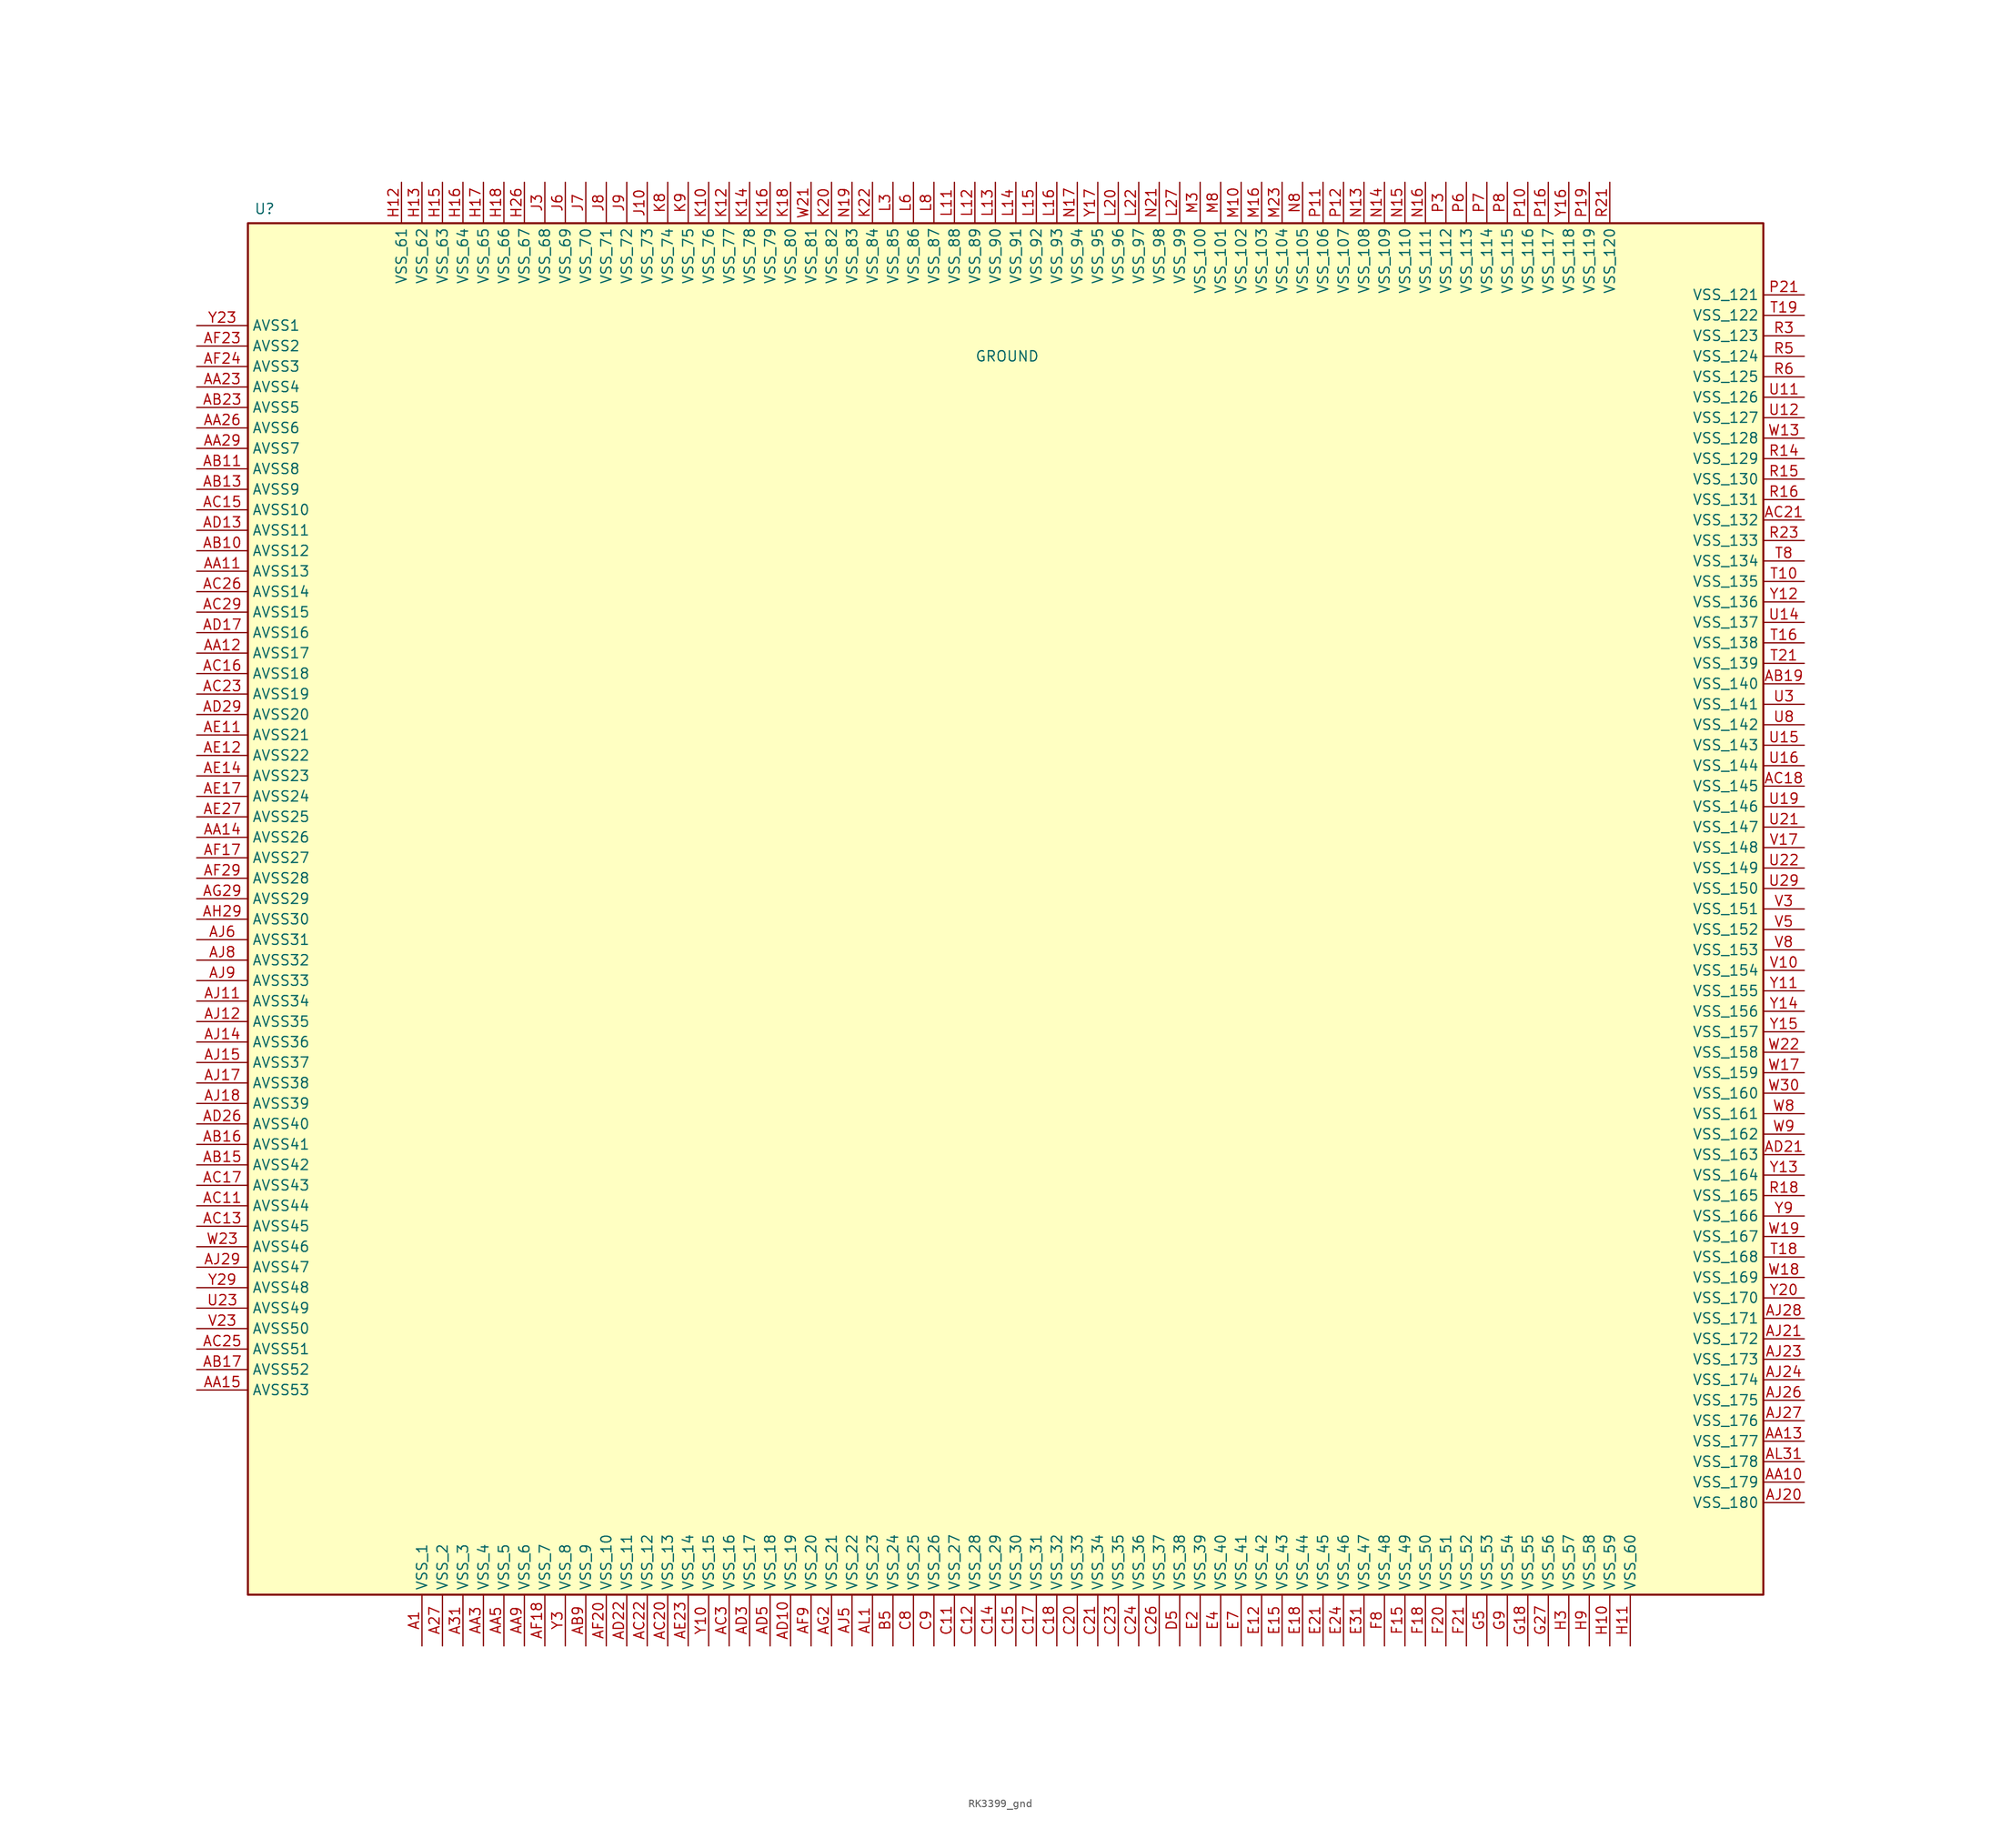
<source format=kicad_sym>
(kicad_symbol_lib
  (version 20231120)
  (generator "kicad_symbol_editor")
  (generator_version "8.0")
  (symbol "RK3399_gnd"
    (property "Reference" "U"
      (at -93.218 86.868 0)
      (effects (font (size 1.27 1.27)) (justify left)))
    (property "Value" "GROUND"
      (at -3.81 68.58 0)
      (effects (font (size 1.27 1.27)) (justify left)))
    (property "Sim.Library" ""
      (at 0 0 0)
      (effects (font (size 1.27 1.27))))
    (symbol "RK3399_gnd_0_1"
      (rectangle (start -93.98 85.09) (end 93.98 -85.09) (stroke (width 0.254) (type default)) (fill (type background))))
    (symbol "RK3399_gnd_1_1"
      (pin passive line (at -72.39 -91.44 90) (length 6.35) (name "VSS_1" (effects (font (size 1.27 1.27)))) (number "A1" (effects (font (size 1.27 1.27)))))
      (pin passive line (at -69.85 -91.44 90) (length 6.35) (name "VSS_2" (effects (font (size 1.27 1.27)))) (number "A27" (effects (font (size 1.27 1.27)))))
      (pin passive line (at -67.31 -91.44 90) (length 6.35) (name "VSS_3" (effects (font (size 1.27 1.27)))) (number "A31" (effects (font (size 1.27 1.27)))))
      (pin input line (at 99.06 -71.12 180) (length 5.08) (name "VSS_179" (effects (font (size 1.27 1.27)))) (number "AA10" (effects (font (size 1.27 1.27)))) (alternate "ADC4_IN9" bidirectional line) (alternate "LPTIM1_IN1" bidirectional line) (alternate "LPUART1_CTS" bidirectional line) (alternate "PWR_WKUP1" bidirectional line) (alternate "SPI3_SCK" bidirectional line) (alternate "TIM1_CH2N" bidirectional line) (alternate "TIM3_CH3" bidirectional line) (alternate "TIM3_ETR" bidirectional line) (alternate "TSC_G2_IO2" bidirectional line))
      (pin passive line (at -100.33 41.91 0) (length 6.35) (name "AVSS13" (effects (font (size 1.27 1.27)))) (number "AA11" (effects (font (size 1.27 1.27)))))
      (pin passive line (at -100.33 31.75 0) (length 6.35) (name "AVSS17" (effects (font (size 1.27 1.27)))) (number "AA12" (effects (font (size 1.27 1.27)))))
      (pin input line (at 99.06 -66.04 180) (length 5.08) (name "VSS_177" (effects (font (size 1.27 1.27)))) (number "AA13" (effects (font (size 1.27 1.27)))) (alternate "ADC4_IN9" bidirectional line) (alternate "LPTIM1_IN1" bidirectional line) (alternate "LPUART1_CTS" bidirectional line) (alternate "PWR_WKUP1" bidirectional line) (alternate "SPI3_SCK" bidirectional line) (alternate "TIM1_CH2N" bidirectional line) (alternate "TIM3_CH3" bidirectional line) (alternate "TIM3_ETR" bidirectional line) (alternate "TSC_G2_IO2" bidirectional line))
      (pin passive line (at -100.33 8.89 0) (length 6.35) (name "AVSS26" (effects (font (size 1.27 1.27)))) (number "AA14" (effects (font (size 1.27 1.27)))))
      (pin passive line (at -100.33 -59.69 0) (length 6.35) (name "AVSS53" (effects (font (size 1.27 1.27)))) (number "AA15" (effects (font (size 1.27 1.27)))))
      (pin passive line (at -100.33 64.77 0) (length 6.35) (name "AVSS4" (effects (font (size 1.27 1.27)))) (number "AA23" (effects (font (size 1.27 1.27)))))
      (pin passive line (at -100.33 59.69 0) (length 6.35) (name "AVSS6" (effects (font (size 1.27 1.27)))) (number "AA26" (effects (font (size 1.27 1.27)))))
      (pin passive line (at -100.33 57.15 0) (length 6.35) (name "AVSS7" (effects (font (size 1.27 1.27)))) (number "AA29" (effects (font (size 1.27 1.27)))))
      (pin passive line (at -64.77 -91.44 90) (length 6.35) (name "VSS_4" (effects (font (size 1.27 1.27)))) (number "AA3" (effects (font (size 1.27 1.27)))))
      (pin passive line (at -62.23 -91.44 90) (length 6.35) (name "VSS_5" (effects (font (size 1.27 1.27)))) (number "AA5" (effects (font (size 1.27 1.27)))))
      (pin passive line (at -59.69 -91.44 90) (length 6.35) (name "VSS_6" (effects (font (size 1.27 1.27)))) (number "AA9" (effects (font (size 1.27 1.27)))))
      (pin passive line (at -100.33 44.45 0) (length 6.35) (name "AVSS12" (effects (font (size 1.27 1.27)))) (number "AB10" (effects (font (size 1.27 1.27)))))
      (pin passive line (at -100.33 54.61 0) (length 6.35) (name "AVSS8" (effects (font (size 1.27 1.27)))) (number "AB11" (effects (font (size 1.27 1.27)))))
      (pin passive line (at -100.33 52.07 0) (length 6.35) (name "AVSS9" (effects (font (size 1.27 1.27)))) (number "AB13" (effects (font (size 1.27 1.27)))))
      (pin passive line (at -100.33 -31.75 0) (length 6.35) (name "AVSS42" (effects (font (size 1.27 1.27)))) (number "AB15" (effects (font (size 1.27 1.27)))))
      (pin passive line (at -100.33 -29.21 0) (length 6.35) (name "AVSS41" (effects (font (size 1.27 1.27)))) (number "AB16" (effects (font (size 1.27 1.27)))))
      (pin passive line (at -100.33 -57.15 0) (length 6.35) (name "AVSS52" (effects (font (size 1.27 1.27)))) (number "AB17" (effects (font (size 1.27 1.27)))))
      (pin input line (at 99.06 27.94 180) (length 5.08) (name "VSS_140" (effects (font (size 1.27 1.27)))) (number "AB19" (effects (font (size 1.27 1.27)))) (alternate "ADC4_IN9" bidirectional line) (alternate "LPTIM1_IN1" bidirectional line) (alternate "LPUART1_CTS" bidirectional line) (alternate "PWR_WKUP1" bidirectional line) (alternate "SPI3_SCK" bidirectional line) (alternate "TIM1_CH2N" bidirectional line) (alternate "TIM3_CH3" bidirectional line) (alternate "TIM3_ETR" bidirectional line) (alternate "TSC_G2_IO2" bidirectional line))
      (pin passive line (at -100.33 62.23 0) (length 6.35) (name "AVSS5" (effects (font (size 1.27 1.27)))) (number "AB23" (effects (font (size 1.27 1.27)))))
      (pin passive line (at -52.07 -91.44 90) (length 6.35) (name "VSS_9" (effects (font (size 1.27 1.27)))) (number "AB9" (effects (font (size 1.27 1.27)))))
      (pin passive line (at -100.33 -36.83 0) (length 6.35) (name "AVSS44" (effects (font (size 1.27 1.27)))) (number "AC11" (effects (font (size 1.27 1.27)))))
      (pin passive line (at -100.33 -39.37 0) (length 6.35) (name "AVSS45" (effects (font (size 1.27 1.27)))) (number "AC13" (effects (font (size 1.27 1.27)))))
      (pin passive line (at -100.33 49.53 0) (length 6.35) (name "AVSS10" (effects (font (size 1.27 1.27)))) (number "AC15" (effects (font (size 1.27 1.27)))))
      (pin passive line (at -100.33 29.21 0) (length 6.35) (name "AVSS18" (effects (font (size 1.27 1.27)))) (number "AC16" (effects (font (size 1.27 1.27)))))
      (pin passive line (at -100.33 -34.29 0) (length 6.35) (name "AVSS43" (effects (font (size 1.27 1.27)))) (number "AC17" (effects (font (size 1.27 1.27)))))
      (pin input line (at 99.06 15.24 180) (length 5.08) (name "VSS_145" (effects (font (size 1.27 1.27)))) (number "AC18" (effects (font (size 1.27 1.27)))) (alternate "ADC4_IN9" bidirectional line) (alternate "LPTIM1_IN1" bidirectional line) (alternate "LPUART1_CTS" bidirectional line) (alternate "PWR_WKUP1" bidirectional line) (alternate "SPI3_SCK" bidirectional line) (alternate "TIM1_CH2N" bidirectional line) (alternate "TIM3_CH3" bidirectional line) (alternate "TIM3_ETR" bidirectional line) (alternate "TSC_G2_IO2" bidirectional line))
      (pin passive line (at -41.91 -91.44 90) (length 6.35) (name "VSS_13" (effects (font (size 1.27 1.27)))) (number "AC20" (effects (font (size 1.27 1.27)))))
      (pin input line (at 99.06 48.26 180) (length 5.08) (name "VSS_132" (effects (font (size 1.27 1.27)))) (number "AC21" (effects (font (size 1.27 1.27)))) (alternate "ADC4_IN9" bidirectional line) (alternate "LPTIM1_IN1" bidirectional line) (alternate "LPUART1_CTS" bidirectional line) (alternate "PWR_WKUP1" bidirectional line) (alternate "SPI3_SCK" bidirectional line) (alternate "TIM1_CH2N" bidirectional line) (alternate "TIM3_CH3" bidirectional line) (alternate "TIM3_ETR" bidirectional line) (alternate "TSC_G2_IO2" bidirectional line))
      (pin passive line (at -44.45 -91.44 90) (length 6.35) (name "VSS_12" (effects (font (size 1.27 1.27)))) (number "AC22" (effects (font (size 1.27 1.27)))))
      (pin passive line (at -100.33 26.67 0) (length 6.35) (name "AVSS19" (effects (font (size 1.27 1.27)))) (number "AC23" (effects (font (size 1.27 1.27)))))
      (pin passive line (at -100.33 -54.61 0) (length 6.35) (name "AVSS51" (effects (font (size 1.27 1.27)))) (number "AC25" (effects (font (size 1.27 1.27)))))
      (pin passive line (at -100.33 39.37 0) (length 6.35) (name "AVSS14" (effects (font (size 1.27 1.27)))) (number "AC26" (effects (font (size 1.27 1.27)))))
      (pin passive line (at -100.33 36.83 0) (length 6.35) (name "AVSS15" (effects (font (size 1.27 1.27)))) (number "AC29" (effects (font (size 1.27 1.27)))))
      (pin passive line (at -34.29 -91.44 90) (length 6.35) (name "VSS_16" (effects (font (size 1.27 1.27)))) (number "AC3" (effects (font (size 1.27 1.27)))))
      (pin passive line (at -26.67 -91.44 90) (length 6.35) (name "VSS_19" (effects (font (size 1.27 1.27)))) (number "AD10" (effects (font (size 1.27 1.27)))))
      (pin passive line (at -100.33 46.99 0) (length 6.35) (name "AVSS11" (effects (font (size 1.27 1.27)))) (number "AD13" (effects (font (size 1.27 1.27)))))
      (pin passive line (at -100.33 34.29 0) (length 6.35) (name "AVSS16" (effects (font (size 1.27 1.27)))) (number "AD17" (effects (font (size 1.27 1.27)))))
      (pin input line (at 99.06 -30.48 180) (length 5.08) (name "VSS_163" (effects (font (size 1.27 1.27)))) (number "AD21" (effects (font (size 1.27 1.27)))) (alternate "ADC4_IN9" bidirectional line) (alternate "LPTIM1_IN1" bidirectional line) (alternate "LPUART1_CTS" bidirectional line) (alternate "PWR_WKUP1" bidirectional line) (alternate "SPI3_SCK" bidirectional line) (alternate "TIM1_CH2N" bidirectional line) (alternate "TIM3_CH3" bidirectional line) (alternate "TIM3_ETR" bidirectional line) (alternate "TSC_G2_IO2" bidirectional line))
      (pin passive line (at -46.99 -91.44 90) (length 6.35) (name "VSS_11" (effects (font (size 1.27 1.27)))) (number "AD22" (effects (font (size 1.27 1.27)))))
      (pin passive line (at -100.33 -26.67 0) (length 6.35) (name "AVSS40" (effects (font (size 1.27 1.27)))) (number "AD26" (effects (font (size 1.27 1.27)))))
      (pin passive line (at -100.33 24.13 0) (length 6.35) (name "AVSS20" (effects (font (size 1.27 1.27)))) (number "AD29" (effects (font (size 1.27 1.27)))))
      (pin passive line (at -31.75 -91.44 90) (length 6.35) (name "VSS_17" (effects (font (size 1.27 1.27)))) (number "AD3" (effects (font (size 1.27 1.27)))))
      (pin passive line (at -29.21 -91.44 90) (length 6.35) (name "VSS_18" (effects (font (size 1.27 1.27)))) (number "AD5" (effects (font (size 1.27 1.27)))))
      (pin passive line (at -100.33 21.59 0) (length 6.35) (name "AVSS21" (effects (font (size 1.27 1.27)))) (number "AE11" (effects (font (size 1.27 1.27)))))
      (pin passive line (at -100.33 19.05 0) (length 6.35) (name "AVSS22" (effects (font (size 1.27 1.27)))) (number "AE12" (effects (font (size 1.27 1.27)))))
      (pin passive line (at -100.33 16.51 0) (length 6.35) (name "AVSS23" (effects (font (size 1.27 1.27)))) (number "AE14" (effects (font (size 1.27 1.27)))))
      (pin passive line (at -100.33 13.97 0) (length 6.35) (name "AVSS24" (effects (font (size 1.27 1.27)))) (number "AE17" (effects (font (size 1.27 1.27)))))
      (pin passive line (at -39.37 -91.44 90) (length 6.35) (name "VSS_14" (effects (font (size 1.27 1.27)))) (number "AE23" (effects (font (size 1.27 1.27)))))
      (pin passive line (at -100.33 11.43 0) (length 6.35) (name "AVSS25" (effects (font (size 1.27 1.27)))) (number "AE27" (effects (font (size 1.27 1.27)))))
      (pin passive line (at -100.33 6.35 0) (length 6.35) (name "AVSS27" (effects (font (size 1.27 1.27)))) (number "AF17" (effects (font (size 1.27 1.27)))))
      (pin passive line (at -57.15 -91.44 90) (length 6.35) (name "VSS_7" (effects (font (size 1.27 1.27)))) (number "AF18" (effects (font (size 1.27 1.27)))))
      (pin passive line (at -49.53 -91.44 90) (length 6.35) (name "VSS_10" (effects (font (size 1.27 1.27)))) (number "AF20" (effects (font (size 1.27 1.27)))))
      (pin passive line (at -100.33 69.85 0) (length 6.35) (name "AVSS2" (effects (font (size 1.27 1.27)))) (number "AF23" (effects (font (size 1.27 1.27)))))
      (pin passive line (at -100.33 67.31 0) (length 6.35) (name "AVSS3" (effects (font (size 1.27 1.27)))) (number "AF24" (effects (font (size 1.27 1.27)))))
      (pin passive line (at -100.33 3.81 0) (length 6.35) (name "AVSS28" (effects (font (size 1.27 1.27)))) (number "AF29" (effects (font (size 1.27 1.27)))))
      (pin passive line (at -24.13 -91.44 90) (length 6.35) (name "VSS_20" (effects (font (size 1.27 1.27)))) (number "AF9" (effects (font (size 1.27 1.27)))))
      (pin passive line (at -21.59 -91.44 90) (length 6.35) (name "VSS_21" (effects (font (size 1.27 1.27)))) (number "AG2" (effects (font (size 1.27 1.27)))))
      (pin passive line (at -100.33 1.27 0) (length 6.35) (name "AVSS29" (effects (font (size 1.27 1.27)))) (number "AG29" (effects (font (size 1.27 1.27)))))
      (pin passive line (at -100.33 -1.27 0) (length 6.35) (name "AVSS30" (effects (font (size 1.27 1.27)))) (number "AH29" (effects (font (size 1.27 1.27)))))
      (pin passive line (at -100.33 -11.43 0) (length 6.35) (name "AVSS34" (effects (font (size 1.27 1.27)))) (number "AJ11" (effects (font (size 1.27 1.27)))))
      (pin passive line (at -100.33 -13.97 0) (length 6.35) (name "AVSS35" (effects (font (size 1.27 1.27)))) (number "AJ12" (effects (font (size 1.27 1.27)))))
      (pin passive line (at -100.33 -16.51 0) (length 6.35) (name "AVSS36" (effects (font (size 1.27 1.27)))) (number "AJ14" (effects (font (size 1.27 1.27)))))
      (pin passive line (at -100.33 -19.05 0) (length 6.35) (name "AVSS37" (effects (font (size 1.27 1.27)))) (number "AJ15" (effects (font (size 1.27 1.27)))))
      (pin passive line (at -100.33 -21.59 0) (length 6.35) (name "AVSS38" (effects (font (size 1.27 1.27)))) (number "AJ17" (effects (font (size 1.27 1.27)))))
      (pin passive line (at -100.33 -24.13 0) (length 6.35) (name "AVSS39" (effects (font (size 1.27 1.27)))) (number "AJ18" (effects (font (size 1.27 1.27)))))
      (pin input line (at 99.06 -73.66 180) (length 5.08) (name "VSS_180" (effects (font (size 1.27 1.27)))) (number "AJ20" (effects (font (size 1.27 1.27)))) (alternate "ADC4_IN9" bidirectional line) (alternate "LPTIM1_IN1" bidirectional line) (alternate "LPUART1_CTS" bidirectional line) (alternate "PWR_WKUP1" bidirectional line) (alternate "SPI3_SCK" bidirectional line) (alternate "TIM1_CH2N" bidirectional line) (alternate "TIM3_CH3" bidirectional line) (alternate "TIM3_ETR" bidirectional line) (alternate "TSC_G2_IO2" bidirectional line))
      (pin input line (at 99.06 -53.34 180) (length 5.08) (name "VSS_172" (effects (font (size 1.27 1.27)))) (number "AJ21" (effects (font (size 1.27 1.27)))) (alternate "ADC4_IN9" bidirectional line) (alternate "LPTIM1_IN1" bidirectional line) (alternate "LPUART1_CTS" bidirectional line) (alternate "PWR_WKUP1" bidirectional line) (alternate "SPI3_SCK" bidirectional line) (alternate "TIM1_CH2N" bidirectional line) (alternate "TIM3_CH3" bidirectional line) (alternate "TIM3_ETR" bidirectional line) (alternate "TSC_G2_IO2" bidirectional line))
      (pin input line (at 99.06 -55.88 180) (length 5.08) (name "VSS_173" (effects (font (size 1.27 1.27)))) (number "AJ23" (effects (font (size 1.27 1.27)))) (alternate "ADC4_IN9" bidirectional line) (alternate "LPTIM1_IN1" bidirectional line) (alternate "LPUART1_CTS" bidirectional line) (alternate "PWR_WKUP1" bidirectional line) (alternate "SPI3_SCK" bidirectional line) (alternate "TIM1_CH2N" bidirectional line) (alternate "TIM3_CH3" bidirectional line) (alternate "TIM3_ETR" bidirectional line) (alternate "TSC_G2_IO2" bidirectional line))
      (pin input line (at 99.06 -58.42 180) (length 5.08) (name "VSS_174" (effects (font (size 1.27 1.27)))) (number "AJ24" (effects (font (size 1.27 1.27)))) (alternate "ADC4_IN9" bidirectional line) (alternate "LPTIM1_IN1" bidirectional line) (alternate "LPUART1_CTS" bidirectional line) (alternate "PWR_WKUP1" bidirectional line) (alternate "SPI3_SCK" bidirectional line) (alternate "TIM1_CH2N" bidirectional line) (alternate "TIM3_CH3" bidirectional line) (alternate "TIM3_ETR" bidirectional line) (alternate "TSC_G2_IO2" bidirectional line))
      (pin input line (at 99.06 -60.96 180) (length 5.08) (name "VSS_175" (effects (font (size 1.27 1.27)))) (number "AJ26" (effects (font (size 1.27 1.27)))) (alternate "ADC4_IN9" bidirectional line) (alternate "LPTIM1_IN1" bidirectional line) (alternate "LPUART1_CTS" bidirectional line) (alternate "PWR_WKUP1" bidirectional line) (alternate "SPI3_SCK" bidirectional line) (alternate "TIM1_CH2N" bidirectional line) (alternate "TIM3_CH3" bidirectional line) (alternate "TIM3_ETR" bidirectional line) (alternate "TSC_G2_IO2" bidirectional line))
      (pin input line (at 99.06 -63.5 180) (length 5.08) (name "VSS_176" (effects (font (size 1.27 1.27)))) (number "AJ27" (effects (font (size 1.27 1.27)))) (alternate "ADC4_IN9" bidirectional line) (alternate "LPTIM1_IN1" bidirectional line) (alternate "LPUART1_CTS" bidirectional line) (alternate "PWR_WKUP1" bidirectional line) (alternate "SPI3_SCK" bidirectional line) (alternate "TIM1_CH2N" bidirectional line) (alternate "TIM3_CH3" bidirectional line) (alternate "TIM3_ETR" bidirectional line) (alternate "TSC_G2_IO2" bidirectional line))
      (pin input line (at 99.06 -50.8 180) (length 5.08) (name "VSS_171" (effects (font (size 1.27 1.27)))) (number "AJ28" (effects (font (size 1.27 1.27)))) (alternate "ADC4_IN9" bidirectional line) (alternate "LPTIM1_IN1" bidirectional line) (alternate "LPUART1_CTS" bidirectional line) (alternate "PWR_WKUP1" bidirectional line) (alternate "SPI3_SCK" bidirectional line) (alternate "TIM1_CH2N" bidirectional line) (alternate "TIM3_CH3" bidirectional line) (alternate "TIM3_ETR" bidirectional line) (alternate "TSC_G2_IO2" bidirectional line))
      (pin passive line (at -100.33 -44.45 0) (length 6.35) (name "AVSS47" (effects (font (size 1.27 1.27)))) (number "AJ29" (effects (font (size 1.27 1.27)))))
      (pin passive line (at -19.05 -91.44 90) (length 6.35) (name "VSS_22" (effects (font (size 1.27 1.27)))) (number "AJ5" (effects (font (size 1.27 1.27)))))
      (pin passive line (at -100.33 -3.81 0) (length 6.35) (name "AVSS31" (effects (font (size 1.27 1.27)))) (number "AJ6" (effects (font (size 1.27 1.27)))))
      (pin passive line (at -100.33 -6.35 0) (length 6.35) (name "AVSS32" (effects (font (size 1.27 1.27)))) (number "AJ8" (effects (font (size 1.27 1.27)))))
      (pin passive line (at -100.33 -8.89 0) (length 6.35) (name "AVSS33" (effects (font (size 1.27 1.27)))) (number "AJ9" (effects (font (size 1.27 1.27)))))
      (pin passive line (at -16.51 -91.44 90) (length 6.35) (name "VSS_23" (effects (font (size 1.27 1.27)))) (number "AL1" (effects (font (size 1.27 1.27)))))
      (pin input line (at 99.06 -68.58 180) (length 5.08) (name "VSS_178" (effects (font (size 1.27 1.27)))) (number "AL31" (effects (font (size 1.27 1.27)))) (alternate "ADC4_IN9" bidirectional line) (alternate "LPTIM1_IN1" bidirectional line) (alternate "LPUART1_CTS" bidirectional line) (alternate "PWR_WKUP1" bidirectional line) (alternate "SPI3_SCK" bidirectional line) (alternate "TIM1_CH2N" bidirectional line) (alternate "TIM3_CH3" bidirectional line) (alternate "TIM3_ETR" bidirectional line) (alternate "TSC_G2_IO2" bidirectional line))
      (pin passive line (at -13.97 -91.44 90) (length 6.35) (name "VSS_24" (effects (font (size 1.27 1.27)))) (number "B5" (effects (font (size 1.27 1.27)))))
      (pin passive line (at -6.35 -91.44 90) (length 6.35) (name "VSS_27" (effects (font (size 1.27 1.27)))) (number "C11" (effects (font (size 1.27 1.27)))))
      (pin passive line (at -3.81 -91.44 90) (length 6.35) (name "VSS_28" (effects (font (size 1.27 1.27)))) (number "C12" (effects (font (size 1.27 1.27)))))
      (pin passive line (at -1.27 -91.44 90) (length 6.35) (name "VSS_29" (effects (font (size 1.27 1.27)))) (number "C14" (effects (font (size 1.27 1.27)))))
      (pin passive line (at 1.27 -91.44 90) (length 6.35) (name "VSS_30" (effects (font (size 1.27 1.27)))) (number "C15" (effects (font (size 1.27 1.27)))))
      (pin passive line (at 3.81 -91.44 90) (length 6.35) (name "VSS_31" (effects (font (size 1.27 1.27)))) (number "C17" (effects (font (size 1.27 1.27)))))
      (pin passive line (at 6.35 -91.44 90) (length 6.35) (name "VSS_32" (effects (font (size 1.27 1.27)))) (number "C18" (effects (font (size 1.27 1.27)))))
      (pin passive line (at 8.89 -91.44 90) (length 6.35) (name "VSS_33" (effects (font (size 1.27 1.27)))) (number "C20" (effects (font (size 1.27 1.27)))))
      (pin passive line (at 11.43 -91.44 90) (length 6.35) (name "VSS_34" (effects (font (size 1.27 1.27)))) (number "C21" (effects (font (size 1.27 1.27)))))
      (pin passive line (at 13.97 -91.44 90) (length 6.35) (name "VSS_35" (effects (font (size 1.27 1.27)))) (number "C23" (effects (font (size 1.27 1.27)))))
      (pin passive line (at 16.51 -91.44 90) (length 6.35) (name "VSS_36" (effects (font (size 1.27 1.27)))) (number "C24" (effects (font (size 1.27 1.27)))))
      (pin passive line (at 19.05 -91.44 90) (length 6.35) (name "VSS_37" (effects (font (size 1.27 1.27)))) (number "C26" (effects (font (size 1.27 1.27)))))
      (pin passive line (at -11.43 -91.44 90) (length 6.35) (name "VSS_25" (effects (font (size 1.27 1.27)))) (number "C8" (effects (font (size 1.27 1.27)))))
      (pin passive line (at -8.89 -91.44 90) (length 6.35) (name "VSS_26" (effects (font (size 1.27 1.27)))) (number "C9" (effects (font (size 1.27 1.27)))))
      (pin passive line (at 21.59 -91.44 90) (length 6.35) (name "VSS_38" (effects (font (size 1.27 1.27)))) (number "D5" (effects (font (size 1.27 1.27)))))
      (pin passive line (at 31.75 -91.44 90) (length 6.35) (name "VSS_42" (effects (font (size 1.27 1.27)))) (number "E12" (effects (font (size 1.27 1.27)))))
      (pin passive line (at 34.29 -91.44 90) (length 6.35) (name "VSS_43" (effects (font (size 1.27 1.27)))) (number "E15" (effects (font (size 1.27 1.27)))))
      (pin passive line (at 36.83 -91.44 90) (length 6.35) (name "VSS_44" (effects (font (size 1.27 1.27)))) (number "E18" (effects (font (size 1.27 1.27)))))
      (pin passive line (at 24.13 -91.44 90) (length 6.35) (name "VSS_39" (effects (font (size 1.27 1.27)))) (number "E2" (effects (font (size 1.27 1.27)))))
      (pin passive line (at 39.37 -91.44 90) (length 6.35) (name "VSS_45" (effects (font (size 1.27 1.27)))) (number "E21" (effects (font (size 1.27 1.27)))))
      (pin passive line (at 41.91 -91.44 90) (length 6.35) (name "VSS_46" (effects (font (size 1.27 1.27)))) (number "E24" (effects (font (size 1.27 1.27)))))
      (pin passive line (at 44.45 -91.44 90) (length 6.35) (name "VSS_47" (effects (font (size 1.27 1.27)))) (number "E31" (effects (font (size 1.27 1.27)))))
      (pin passive line (at 26.67 -91.44 90) (length 6.35) (name "VSS_40" (effects (font (size 1.27 1.27)))) (number "E4" (effects (font (size 1.27 1.27)))))
      (pin passive line (at 29.21 -91.44 90) (length 6.35) (name "VSS_41" (effects (font (size 1.27 1.27)))) (number "E7" (effects (font (size 1.27 1.27)))))
      (pin passive line (at 49.53 -91.44 90) (length 6.35) (name "VSS_49" (effects (font (size 1.27 1.27)))) (number "F15" (effects (font (size 1.27 1.27)))))
      (pin passive line (at 52.07 -91.44 90) (length 6.35) (name "VSS_50" (effects (font (size 1.27 1.27)))) (number "F18" (effects (font (size 1.27 1.27)))))
      (pin passive line (at 54.61 -91.44 90) (length 6.35) (name "VSS_51" (effects (font (size 1.27 1.27)))) (number "F20" (effects (font (size 1.27 1.27)))))
      (pin passive line (at 57.15 -91.44 90) (length 6.35) (name "VSS_52" (effects (font (size 1.27 1.27)))) (number "F21" (effects (font (size 1.27 1.27)))))
      (pin passive line (at 46.99 -91.44 90) (length 6.35) (name "VSS_48" (effects (font (size 1.27 1.27)))) (number "F8" (effects (font (size 1.27 1.27)))))
      (pin passive line (at 64.77 -91.44 90) (length 6.35) (name "VSS_55" (effects (font (size 1.27 1.27)))) (number "G18" (effects (font (size 1.27 1.27)))))
      (pin passive line (at 67.31 -91.44 90) (length 6.35) (name "VSS_56" (effects (font (size 1.27 1.27)))) (number "G27" (effects (font (size 1.27 1.27)))))
      (pin passive line (at 59.69 -91.44 90) (length 6.35) (name "VSS_53" (effects (font (size 1.27 1.27)))) (number "G5" (effects (font (size 1.27 1.27)))))
      (pin passive line (at 62.23 -91.44 90) (length 6.35) (name "VSS_54" (effects (font (size 1.27 1.27)))) (number "G9" (effects (font (size 1.27 1.27)))))
      (pin passive line (at 74.93 -91.44 90) (length 6.35) (name "VSS_59" (effects (font (size 1.27 1.27)))) (number "H10" (effects (font (size 1.27 1.27)))))
      (pin passive line (at 77.47 -91.44 90) (length 6.35) (name "VSS_60" (effects (font (size 1.27 1.27)))) (number "H11" (effects (font (size 1.27 1.27)))))
      (pin input line (at -74.93 90.17 270) (length 5.08) (name "VSS_61" (effects (font (size 1.27 1.27)))) (number "H12" (effects (font (size 1.27 1.27)))) (alternate "ADC4_IN9" bidirectional line) (alternate "LPTIM1_IN1" bidirectional line) (alternate "LPUART1_CTS" bidirectional line) (alternate "PWR_WKUP1" bidirectional line) (alternate "SPI3_SCK" bidirectional line) (alternate "TIM1_CH2N" bidirectional line) (alternate "TIM3_CH3" bidirectional line) (alternate "TIM3_ETR" bidirectional line) (alternate "TSC_G2_IO2" bidirectional line))
      (pin input line (at -72.39 90.17 270) (length 5.08) (name "VSS_62" (effects (font (size 1.27 1.27)))) (number "H13" (effects (font (size 1.27 1.27)))) (alternate "ADC4_IN9" bidirectional line) (alternate "LPTIM1_IN1" bidirectional line) (alternate "LPUART1_CTS" bidirectional line) (alternate "PWR_WKUP1" bidirectional line) (alternate "SPI3_SCK" bidirectional line) (alternate "TIM1_CH2N" bidirectional line) (alternate "TIM3_CH3" bidirectional line) (alternate "TIM3_ETR" bidirectional line) (alternate "TSC_G2_IO2" bidirectional line))
      (pin input line (at -69.85 90.17 270) (length 5.08) (name "VSS_63" (effects (font (size 1.27 1.27)))) (number "H15" (effects (font (size 1.27 1.27)))) (alternate "ADC4_IN9" bidirectional line) (alternate "LPTIM1_IN1" bidirectional line) (alternate "LPUART1_CTS" bidirectional line) (alternate "PWR_WKUP1" bidirectional line) (alternate "SPI3_SCK" bidirectional line) (alternate "TIM1_CH2N" bidirectional line) (alternate "TIM3_CH3" bidirectional line) (alternate "TIM3_ETR" bidirectional line) (alternate "TSC_G2_IO2" bidirectional line))
      (pin input line (at -67.31 90.17 270) (length 5.08) (name "VSS_64" (effects (font (size 1.27 1.27)))) (number "H16" (effects (font (size 1.27 1.27)))) (alternate "ADC4_IN9" bidirectional line) (alternate "LPTIM1_IN1" bidirectional line) (alternate "LPUART1_CTS" bidirectional line) (alternate "PWR_WKUP1" bidirectional line) (alternate "SPI3_SCK" bidirectional line) (alternate "TIM1_CH2N" bidirectional line) (alternate "TIM3_CH3" bidirectional line) (alternate "TIM3_ETR" bidirectional line) (alternate "TSC_G2_IO2" bidirectional line))
      (pin input line (at -64.77 90.17 270) (length 5.08) (name "VSS_65" (effects (font (size 1.27 1.27)))) (number "H17" (effects (font (size 1.27 1.27)))) (alternate "ADC4_IN9" bidirectional line) (alternate "LPTIM1_IN1" bidirectional line) (alternate "LPUART1_CTS" bidirectional line) (alternate "PWR_WKUP1" bidirectional line) (alternate "SPI3_SCK" bidirectional line) (alternate "TIM1_CH2N" bidirectional line) (alternate "TIM3_CH3" bidirectional line) (alternate "TIM3_ETR" bidirectional line) (alternate "TSC_G2_IO2" bidirectional line))
      (pin input line (at -62.23 90.17 270) (length 5.08) (name "VSS_66" (effects (font (size 1.27 1.27)))) (number "H18" (effects (font (size 1.27 1.27)))) (alternate "ADC4_IN9" bidirectional line) (alternate "LPTIM1_IN1" bidirectional line) (alternate "LPUART1_CTS" bidirectional line) (alternate "PWR_WKUP1" bidirectional line) (alternate "SPI3_SCK" bidirectional line) (alternate "TIM1_CH2N" bidirectional line) (alternate "TIM3_CH3" bidirectional line) (alternate "TIM3_ETR" bidirectional line) (alternate "TSC_G2_IO2" bidirectional line))
      (pin input line (at -59.69 90.17 270) (length 5.08) (name "VSS_67" (effects (font (size 1.27 1.27)))) (number "H26" (effects (font (size 1.27 1.27)))) (alternate "ADC4_IN9" bidirectional line) (alternate "LPTIM1_IN1" bidirectional line) (alternate "LPUART1_CTS" bidirectional line) (alternate "PWR_WKUP1" bidirectional line) (alternate "SPI3_SCK" bidirectional line) (alternate "TIM1_CH2N" bidirectional line) (alternate "TIM3_CH3" bidirectional line) (alternate "TIM3_ETR" bidirectional line) (alternate "TSC_G2_IO2" bidirectional line))
      (pin passive line (at 69.85 -91.44 90) (length 6.35) (name "VSS_57" (effects (font (size 1.27 1.27)))) (number "H3" (effects (font (size 1.27 1.27)))))
      (pin passive line (at 72.39 -91.44 90) (length 6.35) (name "VSS_58" (effects (font (size 1.27 1.27)))) (number "H9" (effects (font (size 1.27 1.27)))))
      (pin input line (at -44.45 90.17 270) (length 5.08) (name "VSS_73" (effects (font (size 1.27 1.27)))) (number "J10" (effects (font (size 1.27 1.27)))) (alternate "ADC4_IN9" bidirectional line) (alternate "LPTIM1_IN1" bidirectional line) (alternate "LPUART1_CTS" bidirectional line) (alternate "PWR_WKUP1" bidirectional line) (alternate "SPI3_SCK" bidirectional line) (alternate "TIM1_CH2N" bidirectional line) (alternate "TIM3_CH3" bidirectional line) (alternate "TIM3_ETR" bidirectional line) (alternate "TSC_G2_IO2" bidirectional line))
      (pin input line (at -57.15 90.17 270) (length 5.08) (name "VSS_68" (effects (font (size 1.27 1.27)))) (number "J3" (effects (font (size 1.27 1.27)))) (alternate "ADC4_IN9" bidirectional line) (alternate "LPTIM1_IN1" bidirectional line) (alternate "LPUART1_CTS" bidirectional line) (alternate "PWR_WKUP1" bidirectional line) (alternate "SPI3_SCK" bidirectional line) (alternate "TIM1_CH2N" bidirectional line) (alternate "TIM3_CH3" bidirectional line) (alternate "TIM3_ETR" bidirectional line) (alternate "TSC_G2_IO2" bidirectional line))
      (pin input line (at -54.61 90.17 270) (length 5.08) (name "VSS_69" (effects (font (size 1.27 1.27)))) (number "J6" (effects (font (size 1.27 1.27)))) (alternate "ADC4_IN9" bidirectional line) (alternate "LPTIM1_IN1" bidirectional line) (alternate "LPUART1_CTS" bidirectional line) (alternate "PWR_WKUP1" bidirectional line) (alternate "SPI3_SCK" bidirectional line) (alternate "TIM1_CH2N" bidirectional line) (alternate "TIM3_CH3" bidirectional line) (alternate "TIM3_ETR" bidirectional line) (alternate "TSC_G2_IO2" bidirectional line))
      (pin input line (at -52.07 90.17 270) (length 5.08) (name "VSS_70" (effects (font (size 1.27 1.27)))) (number "J7" (effects (font (size 1.27 1.27)))) (alternate "ADC4_IN9" bidirectional line) (alternate "LPTIM1_IN1" bidirectional line) (alternate "LPUART1_CTS" bidirectional line) (alternate "PWR_WKUP1" bidirectional line) (alternate "SPI3_SCK" bidirectional line) (alternate "TIM1_CH2N" bidirectional line) (alternate "TIM3_CH3" bidirectional line) (alternate "TIM3_ETR" bidirectional line) (alternate "TSC_G2_IO2" bidirectional line))
      (pin input line (at -49.53 90.17 270) (length 5.08) (name "VSS_71" (effects (font (size 1.27 1.27)))) (number "J8" (effects (font (size 1.27 1.27)))) (alternate "ADC4_IN9" bidirectional line) (alternate "LPTIM1_IN1" bidirectional line) (alternate "LPUART1_CTS" bidirectional line) (alternate "PWR_WKUP1" bidirectional line) (alternate "SPI3_SCK" bidirectional line) (alternate "TIM1_CH2N" bidirectional line) (alternate "TIM3_CH3" bidirectional line) (alternate "TIM3_ETR" bidirectional line) (alternate "TSC_G2_IO2" bidirectional line))
      (pin input line (at -46.99 90.17 270) (length 5.08) (name "VSS_72" (effects (font (size 1.27 1.27)))) (number "J9" (effects (font (size 1.27 1.27)))) (alternate "ADC4_IN9" bidirectional line) (alternate "LPTIM1_IN1" bidirectional line) (alternate "LPUART1_CTS" bidirectional line) (alternate "PWR_WKUP1" bidirectional line) (alternate "SPI3_SCK" bidirectional line) (alternate "TIM1_CH2N" bidirectional line) (alternate "TIM3_CH3" bidirectional line) (alternate "TIM3_ETR" bidirectional line) (alternate "TSC_G2_IO2" bidirectional line))
      (pin input line (at -36.83 90.17 270) (length 5.08) (name "VSS_76" (effects (font (size 1.27 1.27)))) (number "K10" (effects (font (size 1.27 1.27)))) (alternate "ADC4_IN9" bidirectional line) (alternate "LPTIM1_IN1" bidirectional line) (alternate "LPUART1_CTS" bidirectional line) (alternate "PWR_WKUP1" bidirectional line) (alternate "SPI3_SCK" bidirectional line) (alternate "TIM1_CH2N" bidirectional line) (alternate "TIM3_CH3" bidirectional line) (alternate "TIM3_ETR" bidirectional line) (alternate "TSC_G2_IO2" bidirectional line))
      (pin input line (at -34.29 90.17 270) (length 5.08) (name "VSS_77" (effects (font (size 1.27 1.27)))) (number "K12" (effects (font (size 1.27 1.27)))) (alternate "ADC4_IN9" bidirectional line) (alternate "LPTIM1_IN1" bidirectional line) (alternate "LPUART1_CTS" bidirectional line) (alternate "PWR_WKUP1" bidirectional line) (alternate "SPI3_SCK" bidirectional line) (alternate "TIM1_CH2N" bidirectional line) (alternate "TIM3_CH3" bidirectional line) (alternate "TIM3_ETR" bidirectional line) (alternate "TSC_G2_IO2" bidirectional line))
      (pin input line (at -31.75 90.17 270) (length 5.08) (name "VSS_78" (effects (font (size 1.27 1.27)))) (number "K14" (effects (font (size 1.27 1.27)))) (alternate "ADC4_IN9" bidirectional line) (alternate "LPTIM1_IN1" bidirectional line) (alternate "LPUART1_CTS" bidirectional line) (alternate "PWR_WKUP1" bidirectional line) (alternate "SPI3_SCK" bidirectional line) (alternate "TIM1_CH2N" bidirectional line) (alternate "TIM3_CH3" bidirectional line) (alternate "TIM3_ETR" bidirectional line) (alternate "TSC_G2_IO2" bidirectional line))
      (pin input line (at -29.21 90.17 270) (length 5.08) (name "VSS_79" (effects (font (size 1.27 1.27)))) (number "K16" (effects (font (size 1.27 1.27)))) (alternate "ADC4_IN9" bidirectional line) (alternate "LPTIM1_IN1" bidirectional line) (alternate "LPUART1_CTS" bidirectional line) (alternate "PWR_WKUP1" bidirectional line) (alternate "SPI3_SCK" bidirectional line) (alternate "TIM1_CH2N" bidirectional line) (alternate "TIM3_CH3" bidirectional line) (alternate "TIM3_ETR" bidirectional line) (alternate "TSC_G2_IO2" bidirectional line))
      (pin input line (at -26.67 90.17 270) (length 5.08) (name "VSS_80" (effects (font (size 1.27 1.27)))) (number "K18" (effects (font (size 1.27 1.27)))) (alternate "ADC4_IN9" bidirectional line) (alternate "LPTIM1_IN1" bidirectional line) (alternate "LPUART1_CTS" bidirectional line) (alternate "PWR_WKUP1" bidirectional line) (alternate "SPI3_SCK" bidirectional line) (alternate "TIM1_CH2N" bidirectional line) (alternate "TIM3_CH3" bidirectional line) (alternate "TIM3_ETR" bidirectional line) (alternate "TSC_G2_IO2" bidirectional line))
      (pin input line (at -21.59 90.17 270) (length 5.08) (name "VSS_82" (effects (font (size 1.27 1.27)))) (number "K20" (effects (font (size 1.27 1.27)))) (alternate "ADC4_IN9" bidirectional line) (alternate "LPTIM1_IN1" bidirectional line) (alternate "LPUART1_CTS" bidirectional line) (alternate "PWR_WKUP1" bidirectional line) (alternate "SPI3_SCK" bidirectional line) (alternate "TIM1_CH2N" bidirectional line) (alternate "TIM3_CH3" bidirectional line) (alternate "TIM3_ETR" bidirectional line) (alternate "TSC_G2_IO2" bidirectional line))
      (pin input line (at -16.51 90.17 270) (length 5.08) (name "VSS_84" (effects (font (size 1.27 1.27)))) (number "K22" (effects (font (size 1.27 1.27)))) (alternate "ADC4_IN9" bidirectional line) (alternate "LPTIM1_IN1" bidirectional line) (alternate "LPUART1_CTS" bidirectional line) (alternate "PWR_WKUP1" bidirectional line) (alternate "SPI3_SCK" bidirectional line) (alternate "TIM1_CH2N" bidirectional line) (alternate "TIM3_CH3" bidirectional line) (alternate "TIM3_ETR" bidirectional line) (alternate "TSC_G2_IO2" bidirectional line))
      (pin input line (at -41.91 90.17 270) (length 5.08) (name "VSS_74" (effects (font (size 1.27 1.27)))) (number "K8" (effects (font (size 1.27 1.27)))) (alternate "ADC4_IN9" bidirectional line) (alternate "LPTIM1_IN1" bidirectional line) (alternate "LPUART1_CTS" bidirectional line) (alternate "PWR_WKUP1" bidirectional line) (alternate "SPI3_SCK" bidirectional line) (alternate "TIM1_CH2N" bidirectional line) (alternate "TIM3_CH3" bidirectional line) (alternate "TIM3_ETR" bidirectional line) (alternate "TSC_G2_IO2" bidirectional line))
      (pin input line (at -39.37 90.17 270) (length 5.08) (name "VSS_75" (effects (font (size 1.27 1.27)))) (number "K9" (effects (font (size 1.27 1.27)))) (alternate "ADC4_IN9" bidirectional line) (alternate "LPTIM1_IN1" bidirectional line) (alternate "LPUART1_CTS" bidirectional line) (alternate "PWR_WKUP1" bidirectional line) (alternate "SPI3_SCK" bidirectional line) (alternate "TIM1_CH2N" bidirectional line) (alternate "TIM3_CH3" bidirectional line) (alternate "TIM3_ETR" bidirectional line) (alternate "TSC_G2_IO2" bidirectional line))
      (pin input line (at -6.35 90.17 270) (length 5.08) (name "VSS_88" (effects (font (size 1.27 1.27)))) (number "L11" (effects (font (size 1.27 1.27)))) (alternate "ADC4_IN9" bidirectional line) (alternate "LPTIM1_IN1" bidirectional line) (alternate "LPUART1_CTS" bidirectional line) (alternate "PWR_WKUP1" bidirectional line) (alternate "SPI3_SCK" bidirectional line) (alternate "TIM1_CH2N" bidirectional line) (alternate "TIM3_CH3" bidirectional line) (alternate "TIM3_ETR" bidirectional line) (alternate "TSC_G2_IO2" bidirectional line))
      (pin input line (at -3.81 90.17 270) (length 5.08) (name "VSS_89" (effects (font (size 1.27 1.27)))) (number "L12" (effects (font (size 1.27 1.27)))) (alternate "ADC4_IN9" bidirectional line) (alternate "LPTIM1_IN1" bidirectional line) (alternate "LPUART1_CTS" bidirectional line) (alternate "PWR_WKUP1" bidirectional line) (alternate "SPI3_SCK" bidirectional line) (alternate "TIM1_CH2N" bidirectional line) (alternate "TIM3_CH3" bidirectional line) (alternate "TIM3_ETR" bidirectional line) (alternate "TSC_G2_IO2" bidirectional line))
      (pin input line (at -1.27 90.17 270) (length 5.08) (name "VSS_90" (effects (font (size 1.27 1.27)))) (number "L13" (effects (font (size 1.27 1.27)))) (alternate "ADC4_IN9" bidirectional line) (alternate "LPTIM1_IN1" bidirectional line) (alternate "LPUART1_CTS" bidirectional line) (alternate "PWR_WKUP1" bidirectional line) (alternate "SPI3_SCK" bidirectional line) (alternate "TIM1_CH2N" bidirectional line) (alternate "TIM3_CH3" bidirectional line) (alternate "TIM3_ETR" bidirectional line) (alternate "TSC_G2_IO2" bidirectional line))
      (pin input line (at 1.27 90.17 270) (length 5.08) (name "VSS_91" (effects (font (size 1.27 1.27)))) (number "L14" (effects (font (size 1.27 1.27)))) (alternate "ADC4_IN9" bidirectional line) (alternate "LPTIM1_IN1" bidirectional line) (alternate "LPUART1_CTS" bidirectional line) (alternate "PWR_WKUP1" bidirectional line) (alternate "SPI3_SCK" bidirectional line) (alternate "TIM1_CH2N" bidirectional line) (alternate "TIM3_CH3" bidirectional line) (alternate "TIM3_ETR" bidirectional line) (alternate "TSC_G2_IO2" bidirectional line))
      (pin input line (at 3.81 90.17 270) (length 5.08) (name "VSS_92" (effects (font (size 1.27 1.27)))) (number "L15" (effects (font (size 1.27 1.27)))) (alternate "ADC4_IN9" bidirectional line) (alternate "LPTIM1_IN1" bidirectional line) (alternate "LPUART1_CTS" bidirectional line) (alternate "PWR_WKUP1" bidirectional line) (alternate "SPI3_SCK" bidirectional line) (alternate "TIM1_CH2N" bidirectional line) (alternate "TIM3_CH3" bidirectional line) (alternate "TIM3_ETR" bidirectional line) (alternate "TSC_G2_IO2" bidirectional line))
      (pin input line (at 6.35 90.17 270) (length 5.08) (name "VSS_93" (effects (font (size 1.27 1.27)))) (number "L16" (effects (font (size 1.27 1.27)))) (alternate "ADC4_IN9" bidirectional line) (alternate "LPTIM1_IN1" bidirectional line) (alternate "LPUART1_CTS" bidirectional line) (alternate "PWR_WKUP1" bidirectional line) (alternate "SPI3_SCK" bidirectional line) (alternate "TIM1_CH2N" bidirectional line) (alternate "TIM3_CH3" bidirectional line) (alternate "TIM3_ETR" bidirectional line) (alternate "TSC_G2_IO2" bidirectional line))
      (pin input line (at 13.97 90.17 270) (length 5.08) (name "VSS_96" (effects (font (size 1.27 1.27)))) (number "L20" (effects (font (size 1.27 1.27)))) (alternate "ADC4_IN9" bidirectional line) (alternate "LPTIM1_IN1" bidirectional line) (alternate "LPUART1_CTS" bidirectional line) (alternate "PWR_WKUP1" bidirectional line) (alternate "SPI3_SCK" bidirectional line) (alternate "TIM1_CH2N" bidirectional line) (alternate "TIM3_CH3" bidirectional line) (alternate "TIM3_ETR" bidirectional line) (alternate "TSC_G2_IO2" bidirectional line))
      (pin input line (at 16.51 90.17 270) (length 5.08) (name "VSS_97" (effects (font (size 1.27 1.27)))) (number "L22" (effects (font (size 1.27 1.27)))) (alternate "ADC4_IN9" bidirectional line) (alternate "LPTIM1_IN1" bidirectional line) (alternate "LPUART1_CTS" bidirectional line) (alternate "PWR_WKUP1" bidirectional line) (alternate "SPI3_SCK" bidirectional line) (alternate "TIM1_CH2N" bidirectional line) (alternate "TIM3_CH3" bidirectional line) (alternate "TIM3_ETR" bidirectional line) (alternate "TSC_G2_IO2" bidirectional line))
      (pin input line (at 21.59 90.17 270) (length 5.08) (name "VSS_99" (effects (font (size 1.27 1.27)))) (number "L27" (effects (font (size 1.27 1.27)))) (alternate "ADC4_IN9" bidirectional line) (alternate "LPTIM1_IN1" bidirectional line) (alternate "LPUART1_CTS" bidirectional line) (alternate "PWR_WKUP1" bidirectional line) (alternate "SPI3_SCK" bidirectional line) (alternate "TIM1_CH2N" bidirectional line) (alternate "TIM3_CH3" bidirectional line) (alternate "TIM3_ETR" bidirectional line) (alternate "TSC_G2_IO2" bidirectional line))
      (pin input line (at -13.97 90.17 270) (length 5.08) (name "VSS_85" (effects (font (size 1.27 1.27)))) (number "L3" (effects (font (size 1.27 1.27)))) (alternate "ADC4_IN9" bidirectional line) (alternate "LPTIM1_IN1" bidirectional line) (alternate "LPUART1_CTS" bidirectional line) (alternate "PWR_WKUP1" bidirectional line) (alternate "SPI3_SCK" bidirectional line) (alternate "TIM1_CH2N" bidirectional line) (alternate "TIM3_CH3" bidirectional line) (alternate "TIM3_ETR" bidirectional line) (alternate "TSC_G2_IO2" bidirectional line))
      (pin input line (at -11.43 90.17 270) (length 5.08) (name "VSS_86" (effects (font (size 1.27 1.27)))) (number "L6" (effects (font (size 1.27 1.27)))) (alternate "ADC4_IN9" bidirectional line) (alternate "LPTIM1_IN1" bidirectional line) (alternate "LPUART1_CTS" bidirectional line) (alternate "PWR_WKUP1" bidirectional line) (alternate "SPI3_SCK" bidirectional line) (alternate "TIM1_CH2N" bidirectional line) (alternate "TIM3_CH3" bidirectional line) (alternate "TIM3_ETR" bidirectional line) (alternate "TSC_G2_IO2" bidirectional line))
      (pin input line (at -8.89 90.17 270) (length 5.08) (name "VSS_87" (effects (font (size 1.27 1.27)))) (number "L8" (effects (font (size 1.27 1.27)))) (alternate "ADC4_IN9" bidirectional line) (alternate "LPTIM1_IN1" bidirectional line) (alternate "LPUART1_CTS" bidirectional line) (alternate "PWR_WKUP1" bidirectional line) (alternate "SPI3_SCK" bidirectional line) (alternate "TIM1_CH2N" bidirectional line) (alternate "TIM3_CH3" bidirectional line) (alternate "TIM3_ETR" bidirectional line) (alternate "TSC_G2_IO2" bidirectional line))
      (pin input line (at 29.21 90.17 270) (length 5.08) (name "VSS_102" (effects (font (size 1.27 1.27)))) (number "M10" (effects (font (size 1.27 1.27)))) (alternate "ADC4_IN9" bidirectional line) (alternate "LPTIM1_IN1" bidirectional line) (alternate "LPUART1_CTS" bidirectional line) (alternate "PWR_WKUP1" bidirectional line) (alternate "SPI3_SCK" bidirectional line) (alternate "TIM1_CH2N" bidirectional line) (alternate "TIM3_CH3" bidirectional line) (alternate "TIM3_ETR" bidirectional line) (alternate "TSC_G2_IO2" bidirectional line))
      (pin input line (at 31.75 90.17 270) (length 5.08) (name "VSS_103" (effects (font (size 1.27 1.27)))) (number "M16" (effects (font (size 1.27 1.27)))) (alternate "ADC4_IN9" bidirectional line) (alternate "LPTIM1_IN1" bidirectional line) (alternate "LPUART1_CTS" bidirectional line) (alternate "PWR_WKUP1" bidirectional line) (alternate "SPI3_SCK" bidirectional line) (alternate "TIM1_CH2N" bidirectional line) (alternate "TIM3_CH3" bidirectional line) (alternate "TIM3_ETR" bidirectional line) (alternate "TSC_G2_IO2" bidirectional line))
      (pin input line (at 34.29 90.17 270) (length 5.08) (name "VSS_104" (effects (font (size 1.27 1.27)))) (number "M23" (effects (font (size 1.27 1.27)))) (alternate "ADC4_IN9" bidirectional line) (alternate "LPTIM1_IN1" bidirectional line) (alternate "LPUART1_CTS" bidirectional line) (alternate "PWR_WKUP1" bidirectional line) (alternate "SPI3_SCK" bidirectional line) (alternate "TIM1_CH2N" bidirectional line) (alternate "TIM3_CH3" bidirectional line) (alternate "TIM3_ETR" bidirectional line) (alternate "TSC_G2_IO2" bidirectional line))
      (pin input line (at 24.13 90.17 270) (length 5.08) (name "VSS_100" (effects (font (size 1.27 1.27)))) (number "M3" (effects (font (size 1.27 1.27)))) (alternate "ADC4_IN9" bidirectional line) (alternate "LPTIM1_IN1" bidirectional line) (alternate "LPUART1_CTS" bidirectional line) (alternate "PWR_WKUP1" bidirectional line) (alternate "SPI3_SCK" bidirectional line) (alternate "TIM1_CH2N" bidirectional line) (alternate "TIM3_CH3" bidirectional line) (alternate "TIM3_ETR" bidirectional line) (alternate "TSC_G2_IO2" bidirectional line))
      (pin input line (at 26.67 90.17 270) (length 5.08) (name "VSS_101" (effects (font (size 1.27 1.27)))) (number "M8" (effects (font (size 1.27 1.27)))) (alternate "ADC4_IN9" bidirectional line) (alternate "LPTIM1_IN1" bidirectional line) (alternate "LPUART1_CTS" bidirectional line) (alternate "PWR_WKUP1" bidirectional line) (alternate "SPI3_SCK" bidirectional line) (alternate "TIM1_CH2N" bidirectional line) (alternate "TIM3_CH3" bidirectional line) (alternate "TIM3_ETR" bidirectional line) (alternate "TSC_G2_IO2" bidirectional line))
      (pin input line (at 44.45 90.17 270) (length 5.08) (name "VSS_108" (effects (font (size 1.27 1.27)))) (number "N13" (effects (font (size 1.27 1.27)))) (alternate "ADC4_IN9" bidirectional line) (alternate "LPTIM1_IN1" bidirectional line) (alternate "LPUART1_CTS" bidirectional line) (alternate "PWR_WKUP1" bidirectional line) (alternate "SPI3_SCK" bidirectional line) (alternate "TIM1_CH2N" bidirectional line) (alternate "TIM3_CH3" bidirectional line) (alternate "TIM3_ETR" bidirectional line) (alternate "TSC_G2_IO2" bidirectional line))
      (pin input line (at 46.99 90.17 270) (length 5.08) (name "VSS_109" (effects (font (size 1.27 1.27)))) (number "N14" (effects (font (size 1.27 1.27)))) (alternate "ADC4_IN9" bidirectional line) (alternate "LPTIM1_IN1" bidirectional line) (alternate "LPUART1_CTS" bidirectional line) (alternate "PWR_WKUP1" bidirectional line) (alternate "SPI3_SCK" bidirectional line) (alternate "TIM1_CH2N" bidirectional line) (alternate "TIM3_CH3" bidirectional line) (alternate "TIM3_ETR" bidirectional line) (alternate "TSC_G2_IO2" bidirectional line))
      (pin input line (at 49.53 90.17 270) (length 5.08) (name "VSS_110" (effects (font (size 1.27 1.27)))) (number "N15" (effects (font (size 1.27 1.27)))) (alternate "ADC4_IN9" bidirectional line) (alternate "LPTIM1_IN1" bidirectional line) (alternate "LPUART1_CTS" bidirectional line) (alternate "PWR_WKUP1" bidirectional line) (alternate "SPI3_SCK" bidirectional line) (alternate "TIM1_CH2N" bidirectional line) (alternate "TIM3_CH3" bidirectional line) (alternate "TIM3_ETR" bidirectional line) (alternate "TSC_G2_IO2" bidirectional line))
      (pin input line (at 52.07 90.17 270) (length 5.08) (name "VSS_111" (effects (font (size 1.27 1.27)))) (number "N16" (effects (font (size 1.27 1.27)))) (alternate "ADC4_IN9" bidirectional line) (alternate "LPTIM1_IN1" bidirectional line) (alternate "LPUART1_CTS" bidirectional line) (alternate "PWR_WKUP1" bidirectional line) (alternate "SPI3_SCK" bidirectional line) (alternate "TIM1_CH2N" bidirectional line) (alternate "TIM3_CH3" bidirectional line) (alternate "TIM3_ETR" bidirectional line) (alternate "TSC_G2_IO2" bidirectional line))
      (pin input line (at 8.89 90.17 270) (length 5.08) (name "VSS_94" (effects (font (size 1.27 1.27)))) (number "N17" (effects (font (size 1.27 1.27)))) (alternate "ADC4_IN9" bidirectional line) (alternate "LPTIM1_IN1" bidirectional line) (alternate "LPUART1_CTS" bidirectional line) (alternate "PWR_WKUP1" bidirectional line) (alternate "SPI3_SCK" bidirectional line) (alternate "TIM1_CH2N" bidirectional line) (alternate "TIM3_CH3" bidirectional line) (alternate "TIM3_ETR" bidirectional line) (alternate "TSC_G2_IO2" bidirectional line))
      (pin input line (at -19.05 90.17 270) (length 5.08) (name "VSS_83" (effects (font (size 1.27 1.27)))) (number "N19" (effects (font (size 1.27 1.27)))) (alternate "ADC4_IN9" bidirectional line) (alternate "LPTIM1_IN1" bidirectional line) (alternate "LPUART1_CTS" bidirectional line) (alternate "PWR_WKUP1" bidirectional line) (alternate "SPI3_SCK" bidirectional line) (alternate "TIM1_CH2N" bidirectional line) (alternate "TIM3_CH3" bidirectional line) (alternate "TIM3_ETR" bidirectional line) (alternate "TSC_G2_IO2" bidirectional line))
      (pin input line (at 19.05 90.17 270) (length 5.08) (name "VSS_98" (effects (font (size 1.27 1.27)))) (number "N21" (effects (font (size 1.27 1.27)))) (alternate "ADC4_IN9" bidirectional line) (alternate "LPTIM1_IN1" bidirectional line) (alternate "LPUART1_CTS" bidirectional line) (alternate "PWR_WKUP1" bidirectional line) (alternate "SPI3_SCK" bidirectional line) (alternate "TIM1_CH2N" bidirectional line) (alternate "TIM3_CH3" bidirectional line) (alternate "TIM3_ETR" bidirectional line) (alternate "TSC_G2_IO2" bidirectional line))
      (pin input line (at 36.83 90.17 270) (length 5.08) (name "VSS_105" (effects (font (size 1.27 1.27)))) (number "N8" (effects (font (size 1.27 1.27)))) (alternate "ADC4_IN9" bidirectional line) (alternate "LPTIM1_IN1" bidirectional line) (alternate "LPUART1_CTS" bidirectional line) (alternate "PWR_WKUP1" bidirectional line) (alternate "SPI3_SCK" bidirectional line) (alternate "TIM1_CH2N" bidirectional line) (alternate "TIM3_CH3" bidirectional line) (alternate "TIM3_ETR" bidirectional line) (alternate "TSC_G2_IO2" bidirectional line))
      (pin input line (at 64.77 90.17 270) (length 5.08) (name "VSS_116" (effects (font (size 1.27 1.27)))) (number "P10" (effects (font (size 1.27 1.27)))) (alternate "ADC4_IN9" bidirectional line) (alternate "LPTIM1_IN1" bidirectional line) (alternate "LPUART1_CTS" bidirectional line) (alternate "PWR_WKUP1" bidirectional line) (alternate "SPI3_SCK" bidirectional line) (alternate "TIM1_CH2N" bidirectional line) (alternate "TIM3_CH3" bidirectional line) (alternate "TIM3_ETR" bidirectional line) (alternate "TSC_G2_IO2" bidirectional line))
      (pin input line (at 39.37 90.17 270) (length 5.08) (name "VSS_106" (effects (font (size 1.27 1.27)))) (number "P11" (effects (font (size 1.27 1.27)))) (alternate "ADC4_IN9" bidirectional line) (alternate "LPTIM1_IN1" bidirectional line) (alternate "LPUART1_CTS" bidirectional line) (alternate "PWR_WKUP1" bidirectional line) (alternate "SPI3_SCK" bidirectional line) (alternate "TIM1_CH2N" bidirectional line) (alternate "TIM3_CH3" bidirectional line) (alternate "TIM3_ETR" bidirectional line) (alternate "TSC_G2_IO2" bidirectional line))
      (pin input line (at 41.91 90.17 270) (length 5.08) (name "VSS_107" (effects (font (size 1.27 1.27)))) (number "P12" (effects (font (size 1.27 1.27)))) (alternate "ADC4_IN9" bidirectional line) (alternate "LPTIM1_IN1" bidirectional line) (alternate "LPUART1_CTS" bidirectional line) (alternate "PWR_WKUP1" bidirectional line) (alternate "SPI3_SCK" bidirectional line) (alternate "TIM1_CH2N" bidirectional line) (alternate "TIM3_CH3" bidirectional line) (alternate "TIM3_ETR" bidirectional line) (alternate "TSC_G2_IO2" bidirectional line))
      (pin input line (at 67.31 90.17 270) (length 5.08) (name "VSS_117" (effects (font (size 1.27 1.27)))) (number "P16" (effects (font (size 1.27 1.27)))) (alternate "ADC4_IN9" bidirectional line) (alternate "LPTIM1_IN1" bidirectional line) (alternate "LPUART1_CTS" bidirectional line) (alternate "PWR_WKUP1" bidirectional line) (alternate "SPI3_SCK" bidirectional line) (alternate "TIM1_CH2N" bidirectional line) (alternate "TIM3_CH3" bidirectional line) (alternate "TIM3_ETR" bidirectional line) (alternate "TSC_G2_IO2" bidirectional line))
      (pin input line (at 72.39 90.17 270) (length 5.08) (name "VSS_119" (effects (font (size 1.27 1.27)))) (number "P19" (effects (font (size 1.27 1.27)))) (alternate "ADC4_IN9" bidirectional line) (alternate "LPTIM1_IN1" bidirectional line) (alternate "LPUART1_CTS" bidirectional line) (alternate "PWR_WKUP1" bidirectional line) (alternate "SPI3_SCK" bidirectional line) (alternate "TIM1_CH2N" bidirectional line) (alternate "TIM3_CH3" bidirectional line) (alternate "TIM3_ETR" bidirectional line) (alternate "TSC_G2_IO2" bidirectional line))
      (pin input line (at 99.06 76.2 180) (length 5.08) (name "VSS_121" (effects (font (size 1.27 1.27)))) (number "P21" (effects (font (size 1.27 1.27)))) (alternate "ADC4_IN9" bidirectional line) (alternate "LPTIM1_IN1" bidirectional line) (alternate "LPUART1_CTS" bidirectional line) (alternate "PWR_WKUP1" bidirectional line) (alternate "SPI3_SCK" bidirectional line) (alternate "TIM1_CH2N" bidirectional line) (alternate "TIM3_CH3" bidirectional line) (alternate "TIM3_ETR" bidirectional line) (alternate "TSC_G2_IO2" bidirectional line))
      (pin input line (at 54.61 90.17 270) (length 5.08) (name "VSS_112" (effects (font (size 1.27 1.27)))) (number "P3" (effects (font (size 1.27 1.27)))) (alternate "ADC4_IN9" bidirectional line) (alternate "LPTIM1_IN1" bidirectional line) (alternate "LPUART1_CTS" bidirectional line) (alternate "PWR_WKUP1" bidirectional line) (alternate "SPI3_SCK" bidirectional line) (alternate "TIM1_CH2N" bidirectional line) (alternate "TIM3_CH3" bidirectional line) (alternate "TIM3_ETR" bidirectional line) (alternate "TSC_G2_IO2" bidirectional line))
      (pin input line (at 57.15 90.17 270) (length 5.08) (name "VSS_113" (effects (font (size 1.27 1.27)))) (number "P6" (effects (font (size 1.27 1.27)))) (alternate "ADC4_IN9" bidirectional line) (alternate "LPTIM1_IN1" bidirectional line) (alternate "LPUART1_CTS" bidirectional line) (alternate "PWR_WKUP1" bidirectional line) (alternate "SPI3_SCK" bidirectional line) (alternate "TIM1_CH2N" bidirectional line) (alternate "TIM3_CH3" bidirectional line) (alternate "TIM3_ETR" bidirectional line) (alternate "TSC_G2_IO2" bidirectional line))
      (pin input line (at 59.69 90.17 270) (length 5.08) (name "VSS_114" (effects (font (size 1.27 1.27)))) (number "P7" (effects (font (size 1.27 1.27)))) (alternate "ADC4_IN9" bidirectional line) (alternate "LPTIM1_IN1" bidirectional line) (alternate "LPUART1_CTS" bidirectional line) (alternate "PWR_WKUP1" bidirectional line) (alternate "SPI3_SCK" bidirectional line) (alternate "TIM1_CH2N" bidirectional line) (alternate "TIM3_CH3" bidirectional line) (alternate "TIM3_ETR" bidirectional line) (alternate "TSC_G2_IO2" bidirectional line))
      (pin input line (at 62.23 90.17 270) (length 5.08) (name "VSS_115" (effects (font (size 1.27 1.27)))) (number "P8" (effects (font (size 1.27 1.27)))) (alternate "ADC4_IN9" bidirectional line) (alternate "LPTIM1_IN1" bidirectional line) (alternate "LPUART1_CTS" bidirectional line) (alternate "PWR_WKUP1" bidirectional line) (alternate "SPI3_SCK" bidirectional line) (alternate "TIM1_CH2N" bidirectional line) (alternate "TIM3_CH3" bidirectional line) (alternate "TIM3_ETR" bidirectional line) (alternate "TSC_G2_IO2" bidirectional line))
      (pin input line (at 99.06 55.88 180) (length 5.08) (name "VSS_129" (effects (font (size 1.27 1.27)))) (number "R14" (effects (font (size 1.27 1.27)))) (alternate "ADC4_IN9" bidirectional line) (alternate "LPTIM1_IN1" bidirectional line) (alternate "LPUART1_CTS" bidirectional line) (alternate "PWR_WKUP1" bidirectional line) (alternate "SPI3_SCK" bidirectional line) (alternate "TIM1_CH2N" bidirectional line) (alternate "TIM3_CH3" bidirectional line) (alternate "TIM3_ETR" bidirectional line) (alternate "TSC_G2_IO2" bidirectional line))
      (pin input line (at 99.06 53.34 180) (length 5.08) (name "VSS_130" (effects (font (size 1.27 1.27)))) (number "R15" (effects (font (size 1.27 1.27)))) (alternate "ADC4_IN9" bidirectional line) (alternate "LPTIM1_IN1" bidirectional line) (alternate "LPUART1_CTS" bidirectional line) (alternate "PWR_WKUP1" bidirectional line) (alternate "SPI3_SCK" bidirectional line) (alternate "TIM1_CH2N" bidirectional line) (alternate "TIM3_CH3" bidirectional line) (alternate "TIM3_ETR" bidirectional line) (alternate "TSC_G2_IO2" bidirectional line))
      (pin input line (at 99.06 50.8 180) (length 5.08) (name "VSS_131" (effects (font (size 1.27 1.27)))) (number "R16" (effects (font (size 1.27 1.27)))) (alternate "ADC4_IN9" bidirectional line) (alternate "LPTIM1_IN1" bidirectional line) (alternate "LPUART1_CTS" bidirectional line) (alternate "PWR_WKUP1" bidirectional line) (alternate "SPI3_SCK" bidirectional line) (alternate "TIM1_CH2N" bidirectional line) (alternate "TIM3_CH3" bidirectional line) (alternate "TIM3_ETR" bidirectional line) (alternate "TSC_G2_IO2" bidirectional line))
      (pin input line (at 99.06 -35.56 180) (length 5.08) (name "VSS_165" (effects (font (size 1.27 1.27)))) (number "R18" (effects (font (size 1.27 1.27)))) (alternate "ADC4_IN9" bidirectional line) (alternate "LPTIM1_IN1" bidirectional line) (alternate "LPUART1_CTS" bidirectional line) (alternate "PWR_WKUP1" bidirectional line) (alternate "SPI3_SCK" bidirectional line) (alternate "TIM1_CH2N" bidirectional line) (alternate "TIM3_CH3" bidirectional line) (alternate "TIM3_ETR" bidirectional line) (alternate "TSC_G2_IO2" bidirectional line))
      (pin input line (at 74.93 90.17 270) (length 5.08) (name "VSS_120" (effects (font (size 1.27 1.27)))) (number "R21" (effects (font (size 1.27 1.27)))) (alternate "ADC4_IN9" bidirectional line) (alternate "LPTIM1_IN1" bidirectional line) (alternate "LPUART1_CTS" bidirectional line) (alternate "PWR_WKUP1" bidirectional line) (alternate "SPI3_SCK" bidirectional line) (alternate "TIM1_CH2N" bidirectional line) (alternate "TIM3_CH3" bidirectional line) (alternate "TIM3_ETR" bidirectional line) (alternate "TSC_G2_IO2" bidirectional line))
      (pin input line (at 99.06 45.72 180) (length 5.08) (name "VSS_133" (effects (font (size 1.27 1.27)))) (number "R23" (effects (font (size 1.27 1.27)))) (alternate "ADC4_IN9" bidirectional line) (alternate "LPTIM1_IN1" bidirectional line) (alternate "LPUART1_CTS" bidirectional line) (alternate "PWR_WKUP1" bidirectional line) (alternate "SPI3_SCK" bidirectional line) (alternate "TIM1_CH2N" bidirectional line) (alternate "TIM3_CH3" bidirectional line) (alternate "TIM3_ETR" bidirectional line) (alternate "TSC_G2_IO2" bidirectional line))
      (pin input line (at 99.06 71.12 180) (length 5.08) (name "VSS_123" (effects (font (size 1.27 1.27)))) (number "R3" (effects (font (size 1.27 1.27)))) (alternate "ADC4_IN9" bidirectional line) (alternate "LPTIM1_IN1" bidirectional line) (alternate "LPUART1_CTS" bidirectional line) (alternate "PWR_WKUP1" bidirectional line) (alternate "SPI3_SCK" bidirectional line) (alternate "TIM1_CH2N" bidirectional line) (alternate "TIM3_CH3" bidirectional line) (alternate "TIM3_ETR" bidirectional line) (alternate "TSC_G2_IO2" bidirectional line))
      (pin input line (at 99.06 68.58 180) (length 5.08) (name "VSS_124" (effects (font (size 1.27 1.27)))) (number "R5" (effects (font (size 1.27 1.27)))) (alternate "ADC4_IN9" bidirectional line) (alternate "LPTIM1_IN1" bidirectional line) (alternate "LPUART1_CTS" bidirectional line) (alternate "PWR_WKUP1" bidirectional line) (alternate "SPI3_SCK" bidirectional line) (alternate "TIM1_CH2N" bidirectional line) (alternate "TIM3_CH3" bidirectional line) (alternate "TIM3_ETR" bidirectional line) (alternate "TSC_G2_IO2" bidirectional line))
      (pin input line (at 99.06 66.04 180) (length 5.08) (name "VSS_125" (effects (font (size 1.27 1.27)))) (number "R6" (effects (font (size 1.27 1.27)))) (alternate "ADC4_IN9" bidirectional line) (alternate "LPTIM1_IN1" bidirectional line) (alternate "LPUART1_CTS" bidirectional line) (alternate "PWR_WKUP1" bidirectional line) (alternate "SPI3_SCK" bidirectional line) (alternate "TIM1_CH2N" bidirectional line) (alternate "TIM3_CH3" bidirectional line) (alternate "TIM3_ETR" bidirectional line) (alternate "TSC_G2_IO2" bidirectional line))
      (pin input line (at 99.06 40.64 180) (length 5.08) (name "VSS_135" (effects (font (size 1.27 1.27)))) (number "T10" (effects (font (size 1.27 1.27)))) (alternate "ADC4_IN9" bidirectional line) (alternate "LPTIM1_IN1" bidirectional line) (alternate "LPUART1_CTS" bidirectional line) (alternate "PWR_WKUP1" bidirectional line) (alternate "SPI3_SCK" bidirectional line) (alternate "TIM1_CH2N" bidirectional line) (alternate "TIM3_CH3" bidirectional line) (alternate "TIM3_ETR" bidirectional line) (alternate "TSC_G2_IO2" bidirectional line))
      (pin input line (at 99.06 33.02 180) (length 5.08) (name "VSS_138" (effects (font (size 1.27 1.27)))) (number "T16" (effects (font (size 1.27 1.27)))) (alternate "ADC4_IN9" bidirectional line) (alternate "LPTIM1_IN1" bidirectional line) (alternate "LPUART1_CTS" bidirectional line) (alternate "PWR_WKUP1" bidirectional line) (alternate "SPI3_SCK" bidirectional line) (alternate "TIM1_CH2N" bidirectional line) (alternate "TIM3_CH3" bidirectional line) (alternate "TIM3_ETR" bidirectional line) (alternate "TSC_G2_IO2" bidirectional line))
      (pin input line (at 99.06 -43.18 180) (length 5.08) (name "VSS_168" (effects (font (size 1.27 1.27)))) (number "T18" (effects (font (size 1.27 1.27)))) (alternate "ADC4_IN9" bidirectional line) (alternate "LPTIM1_IN1" bidirectional line) (alternate "LPUART1_CTS" bidirectional line) (alternate "PWR_WKUP1" bidirectional line) (alternate "SPI3_SCK" bidirectional line) (alternate "TIM1_CH2N" bidirectional line) (alternate "TIM3_CH3" bidirectional line) (alternate "TIM3_ETR" bidirectional line) (alternate "TSC_G2_IO2" bidirectional line))
      (pin input line (at 99.06 73.66 180) (length 5.08) (name "VSS_122" (effects (font (size 1.27 1.27)))) (number "T19" (effects (font (size 1.27 1.27)))) (alternate "ADC4_IN9" bidirectional line) (alternate "LPTIM1_IN1" bidirectional line) (alternate "LPUART1_CTS" bidirectional line) (alternate "PWR_WKUP1" bidirectional line) (alternate "SPI3_SCK" bidirectional line) (alternate "TIM1_CH2N" bidirectional line) (alternate "TIM3_CH3" bidirectional line) (alternate "TIM3_ETR" bidirectional line) (alternate "TSC_G2_IO2" bidirectional line))
      (pin input line (at 99.06 30.48 180) (length 5.08) (name "VSS_139" (effects (font (size 1.27 1.27)))) (number "T21" (effects (font (size 1.27 1.27)))) (alternate "ADC4_IN9" bidirectional line) (alternate "LPTIM1_IN1" bidirectional line) (alternate "LPUART1_CTS" bidirectional line) (alternate "PWR_WKUP1" bidirectional line) (alternate "SPI3_SCK" bidirectional line) (alternate "TIM1_CH2N" bidirectional line) (alternate "TIM3_CH3" bidirectional line) (alternate "TIM3_ETR" bidirectional line) (alternate "TSC_G2_IO2" bidirectional line))
      (pin input line (at 99.06 43.18 180) (length 5.08) (name "VSS_134" (effects (font (size 1.27 1.27)))) (number "T8" (effects (font (size 1.27 1.27)))) (alternate "ADC4_IN9" bidirectional line) (alternate "LPTIM1_IN1" bidirectional line) (alternate "LPUART1_CTS" bidirectional line) (alternate "PWR_WKUP1" bidirectional line) (alternate "SPI3_SCK" bidirectional line) (alternate "TIM1_CH2N" bidirectional line) (alternate "TIM3_CH3" bidirectional line) (alternate "TIM3_ETR" bidirectional line) (alternate "TSC_G2_IO2" bidirectional line))
      (pin input line (at 99.06 63.5 180) (length 5.08) (name "VSS_126" (effects (font (size 1.27 1.27)))) (number "U11" (effects (font (size 1.27 1.27)))) (alternate "ADC4_IN9" bidirectional line) (alternate "LPTIM1_IN1" bidirectional line) (alternate "LPUART1_CTS" bidirectional line) (alternate "PWR_WKUP1" bidirectional line) (alternate "SPI3_SCK" bidirectional line) (alternate "TIM1_CH2N" bidirectional line) (alternate "TIM3_CH3" bidirectional line) (alternate "TIM3_ETR" bidirectional line) (alternate "TSC_G2_IO2" bidirectional line))
      (pin input line (at 99.06 60.96 180) (length 5.08) (name "VSS_127" (effects (font (size 1.27 1.27)))) (number "U12" (effects (font (size 1.27 1.27)))) (alternate "ADC4_IN9" bidirectional line) (alternate "LPTIM1_IN1" bidirectional line) (alternate "LPUART1_CTS" bidirectional line) (alternate "PWR_WKUP1" bidirectional line) (alternate "SPI3_SCK" bidirectional line) (alternate "TIM1_CH2N" bidirectional line) (alternate "TIM3_CH3" bidirectional line) (alternate "TIM3_ETR" bidirectional line) (alternate "TSC_G2_IO2" bidirectional line))
      (pin input line (at 99.06 35.56 180) (length 5.08) (name "VSS_137" (effects (font (size 1.27 1.27)))) (number "U14" (effects (font (size 1.27 1.27)))) (alternate "ADC4_IN9" bidirectional line) (alternate "LPTIM1_IN1" bidirectional line) (alternate "LPUART1_CTS" bidirectional line) (alternate "PWR_WKUP1" bidirectional line) (alternate "SPI3_SCK" bidirectional line) (alternate "TIM1_CH2N" bidirectional line) (alternate "TIM3_CH3" bidirectional line) (alternate "TIM3_ETR" bidirectional line) (alternate "TSC_G2_IO2" bidirectional line))
      (pin input line (at 99.06 20.32 180) (length 5.08) (name "VSS_143" (effects (font (size 1.27 1.27)))) (number "U15" (effects (font (size 1.27 1.27)))) (alternate "ADC4_IN9" bidirectional line) (alternate "LPTIM1_IN1" bidirectional line) (alternate "LPUART1_CTS" bidirectional line) (alternate "PWR_WKUP1" bidirectional line) (alternate "SPI3_SCK" bidirectional line) (alternate "TIM1_CH2N" bidirectional line) (alternate "TIM3_CH3" bidirectional line) (alternate "TIM3_ETR" bidirectional line) (alternate "TSC_G2_IO2" bidirectional line))
      (pin input line (at 99.06 17.78 180) (length 5.08) (name "VSS_144" (effects (font (size 1.27 1.27)))) (number "U16" (effects (font (size 1.27 1.27)))) (alternate "ADC4_IN9" bidirectional line) (alternate "LPTIM1_IN1" bidirectional line) (alternate "LPUART1_CTS" bidirectional line) (alternate "PWR_WKUP1" bidirectional line) (alternate "SPI3_SCK" bidirectional line) (alternate "TIM1_CH2N" bidirectional line) (alternate "TIM3_CH3" bidirectional line) (alternate "TIM3_ETR" bidirectional line) (alternate "TSC_G2_IO2" bidirectional line))
      (pin input line (at 99.06 12.7 180) (length 5.08) (name "VSS_146" (effects (font (size 1.27 1.27)))) (number "U19" (effects (font (size 1.27 1.27)))) (alternate "ADC4_IN9" bidirectional line) (alternate "LPTIM1_IN1" bidirectional line) (alternate "LPUART1_CTS" bidirectional line) (alternate "PWR_WKUP1" bidirectional line) (alternate "SPI3_SCK" bidirectional line) (alternate "TIM1_CH2N" bidirectional line) (alternate "TIM3_CH3" bidirectional line) (alternate "TIM3_ETR" bidirectional line) (alternate "TSC_G2_IO2" bidirectional line))
      (pin input line (at 99.06 10.16 180) (length 5.08) (name "VSS_147" (effects (font (size 1.27 1.27)))) (number "U21" (effects (font (size 1.27 1.27)))) (alternate "ADC4_IN9" bidirectional line) (alternate "LPTIM1_IN1" bidirectional line) (alternate "LPUART1_CTS" bidirectional line) (alternate "PWR_WKUP1" bidirectional line) (alternate "SPI3_SCK" bidirectional line) (alternate "TIM1_CH2N" bidirectional line) (alternate "TIM3_CH3" bidirectional line) (alternate "TIM3_ETR" bidirectional line) (alternate "TSC_G2_IO2" bidirectional line))
      (pin input line (at 99.06 5.08 180) (length 5.08) (name "VSS_149" (effects (font (size 1.27 1.27)))) (number "U22" (effects (font (size 1.27 1.27)))) (alternate "ADC4_IN9" bidirectional line) (alternate "LPTIM1_IN1" bidirectional line) (alternate "LPUART1_CTS" bidirectional line) (alternate "PWR_WKUP1" bidirectional line) (alternate "SPI3_SCK" bidirectional line) (alternate "TIM1_CH2N" bidirectional line) (alternate "TIM3_CH3" bidirectional line) (alternate "TIM3_ETR" bidirectional line) (alternate "TSC_G2_IO2" bidirectional line))
      (pin passive line (at -100.33 -49.53 0) (length 6.35) (name "AVSS49" (effects (font (size 1.27 1.27)))) (number "U23" (effects (font (size 1.27 1.27)))))
      (pin input line (at 99.06 2.54 180) (length 5.08) (name "VSS_150" (effects (font (size 1.27 1.27)))) (number "U29" (effects (font (size 1.27 1.27)))) (alternate "ADC4_IN9" bidirectional line) (alternate "LPTIM1_IN1" bidirectional line) (alternate "LPUART1_CTS" bidirectional line) (alternate "PWR_WKUP1" bidirectional line) (alternate "SPI3_SCK" bidirectional line) (alternate "TIM1_CH2N" bidirectional line) (alternate "TIM3_CH3" bidirectional line) (alternate "TIM3_ETR" bidirectional line) (alternate "TSC_G2_IO2" bidirectional line))
      (pin input line (at 99.06 25.4 180) (length 5.08) (name "VSS_141" (effects (font (size 1.27 1.27)))) (number "U3" (effects (font (size 1.27 1.27)))) (alternate "ADC4_IN9" bidirectional line) (alternate "LPTIM1_IN1" bidirectional line) (alternate "LPUART1_CTS" bidirectional line) (alternate "PWR_WKUP1" bidirectional line) (alternate "SPI3_SCK" bidirectional line) (alternate "TIM1_CH2N" bidirectional line) (alternate "TIM3_CH3" bidirectional line) (alternate "TIM3_ETR" bidirectional line) (alternate "TSC_G2_IO2" bidirectional line))
      (pin input line (at 99.06 22.86 180) (length 5.08) (name "VSS_142" (effects (font (size 1.27 1.27)))) (number "U8" (effects (font (size 1.27 1.27)))) (alternate "ADC4_IN9" bidirectional line) (alternate "LPTIM1_IN1" bidirectional line) (alternate "LPUART1_CTS" bidirectional line) (alternate "PWR_WKUP1" bidirectional line) (alternate "SPI3_SCK" bidirectional line) (alternate "TIM1_CH2N" bidirectional line) (alternate "TIM3_CH3" bidirectional line) (alternate "TIM3_ETR" bidirectional line) (alternate "TSC_G2_IO2" bidirectional line))
      (pin input line (at 99.06 -7.62 180) (length 5.08) (name "VSS_154" (effects (font (size 1.27 1.27)))) (number "V10" (effects (font (size 1.27 1.27)))) (alternate "ADC4_IN9" bidirectional line) (alternate "LPTIM1_IN1" bidirectional line) (alternate "LPUART1_CTS" bidirectional line) (alternate "PWR_WKUP1" bidirectional line) (alternate "SPI3_SCK" bidirectional line) (alternate "TIM1_CH2N" bidirectional line) (alternate "TIM3_CH3" bidirectional line) (alternate "TIM3_ETR" bidirectional line) (alternate "TSC_G2_IO2" bidirectional line))
      (pin input line (at 99.06 7.62 180) (length 5.08) (name "VSS_148" (effects (font (size 1.27 1.27)))) (number "V17" (effects (font (size 1.27 1.27)))) (alternate "ADC4_IN9" bidirectional line) (alternate "LPTIM1_IN1" bidirectional line) (alternate "LPUART1_CTS" bidirectional line) (alternate "PWR_WKUP1" bidirectional line) (alternate "SPI3_SCK" bidirectional line) (alternate "TIM1_CH2N" bidirectional line) (alternate "TIM3_CH3" bidirectional line) (alternate "TIM3_ETR" bidirectional line) (alternate "TSC_G2_IO2" bidirectional line))
      (pin passive line (at -100.33 -52.07 0) (length 6.35) (name "AVSS50" (effects (font (size 1.27 1.27)))) (number "V23" (effects (font (size 1.27 1.27)))))
      (pin input line (at 99.06 0 180) (length 5.08) (name "VSS_151" (effects (font (size 1.27 1.27)))) (number "V3" (effects (font (size 1.27 1.27)))) (alternate "ADC4_IN9" bidirectional line) (alternate "LPTIM1_IN1" bidirectional line) (alternate "LPUART1_CTS" bidirectional line) (alternate "PWR_WKUP1" bidirectional line) (alternate "SPI3_SCK" bidirectional line) (alternate "TIM1_CH2N" bidirectional line) (alternate "TIM3_CH3" bidirectional line) (alternate "TIM3_ETR" bidirectional line) (alternate "TSC_G2_IO2" bidirectional line))
      (pin input line (at 99.06 -2.54 180) (length 5.08) (name "VSS_152" (effects (font (size 1.27 1.27)))) (number "V5" (effects (font (size 1.27 1.27)))) (alternate "ADC4_IN9" bidirectional line) (alternate "LPTIM1_IN1" bidirectional line) (alternate "LPUART1_CTS" bidirectional line) (alternate "PWR_WKUP1" bidirectional line) (alternate "SPI3_SCK" bidirectional line) (alternate "TIM1_CH2N" bidirectional line) (alternate "TIM3_CH3" bidirectional line) (alternate "TIM3_ETR" bidirectional line) (alternate "TSC_G2_IO2" bidirectional line))
      (pin input line (at 99.06 -5.08 180) (length 5.08) (name "VSS_153" (effects (font (size 1.27 1.27)))) (number "V8" (effects (font (size 1.27 1.27)))) (alternate "ADC4_IN9" bidirectional line) (alternate "LPTIM1_IN1" bidirectional line) (alternate "LPUART1_CTS" bidirectional line) (alternate "PWR_WKUP1" bidirectional line) (alternate "SPI3_SCK" bidirectional line) (alternate "TIM1_CH2N" bidirectional line) (alternate "TIM3_CH3" bidirectional line) (alternate "TIM3_ETR" bidirectional line) (alternate "TSC_G2_IO2" bidirectional line))
      (pin input line (at 99.06 58.42 180) (length 5.08) (name "VSS_128" (effects (font (size 1.27 1.27)))) (number "W13" (effects (font (size 1.27 1.27)))) (alternate "ADC4_IN9" bidirectional line) (alternate "LPTIM1_IN1" bidirectional line) (alternate "LPUART1_CTS" bidirectional line) (alternate "PWR_WKUP1" bidirectional line) (alternate "SPI3_SCK" bidirectional line) (alternate "TIM1_CH2N" bidirectional line) (alternate "TIM3_CH3" bidirectional line) (alternate "TIM3_ETR" bidirectional line) (alternate "TSC_G2_IO2" bidirectional line))
      (pin input line (at 99.06 -20.32 180) (length 5.08) (name "VSS_159" (effects (font (size 1.27 1.27)))) (number "W17" (effects (font (size 1.27 1.27)))) (alternate "ADC4_IN9" bidirectional line) (alternate "LPTIM1_IN1" bidirectional line) (alternate "LPUART1_CTS" bidirectional line) (alternate "PWR_WKUP1" bidirectional line) (alternate "SPI3_SCK" bidirectional line) (alternate "TIM1_CH2N" bidirectional line) (alternate "TIM3_CH3" bidirectional line) (alternate "TIM3_ETR" bidirectional line) (alternate "TSC_G2_IO2" bidirectional line))
      (pin input line (at 99.06 -45.72 180) (length 5.08) (name "VSS_169" (effects (font (size 1.27 1.27)))) (number "W18" (effects (font (size 1.27 1.27)))) (alternate "ADC4_IN9" bidirectional line) (alternate "LPTIM1_IN1" bidirectional line) (alternate "LPUART1_CTS" bidirectional line) (alternate "PWR_WKUP1" bidirectional line) (alternate "SPI3_SCK" bidirectional line) (alternate "TIM1_CH2N" bidirectional line) (alternate "TIM3_CH3" bidirectional line) (alternate "TIM3_ETR" bidirectional line) (alternate "TSC_G2_IO2" bidirectional line))
      (pin input line (at 99.06 -40.64 180) (length 5.08) (name "VSS_167" (effects (font (size 1.27 1.27)))) (number "W19" (effects (font (size 1.27 1.27)))) (alternate "ADC4_IN9" bidirectional line) (alternate "LPTIM1_IN1" bidirectional line) (alternate "LPUART1_CTS" bidirectional line) (alternate "PWR_WKUP1" bidirectional line) (alternate "SPI3_SCK" bidirectional line) (alternate "TIM1_CH2N" bidirectional line) (alternate "TIM3_CH3" bidirectional line) (alternate "TIM3_ETR" bidirectional line) (alternate "TSC_G2_IO2" bidirectional line))
      (pin input line (at -24.13 90.17 270) (length 5.08) (name "VSS_81" (effects (font (size 1.27 1.27)))) (number "W21" (effects (font (size 1.27 1.27)))) (alternate "ADC4_IN9" bidirectional line) (alternate "LPTIM1_IN1" bidirectional line) (alternate "LPUART1_CTS" bidirectional line) (alternate "PWR_WKUP1" bidirectional line) (alternate "SPI3_SCK" bidirectional line) (alternate "TIM1_CH2N" bidirectional line) (alternate "TIM3_CH3" bidirectional line) (alternate "TIM3_ETR" bidirectional line) (alternate "TSC_G2_IO2" bidirectional line))
      (pin input line (at 99.06 -17.78 180) (length 5.08) (name "VSS_158" (effects (font (size 1.27 1.27)))) (number "W22" (effects (font (size 1.27 1.27)))) (alternate "ADC4_IN9" bidirectional line) (alternate "LPTIM1_IN1" bidirectional line) (alternate "LPUART1_CTS" bidirectional line) (alternate "PWR_WKUP1" bidirectional line) (alternate "SPI3_SCK" bidirectional line) (alternate "TIM1_CH2N" bidirectional line) (alternate "TIM3_CH3" bidirectional line) (alternate "TIM3_ETR" bidirectional line) (alternate "TSC_G2_IO2" bidirectional line))
      (pin passive line (at -100.33 -41.91 0) (length 6.35) (name "AVSS46" (effects (font (size 1.27 1.27)))) (number "W23" (effects (font (size 1.27 1.27)))))
      (pin input line (at 99.06 -22.86 180) (length 5.08) (name "VSS_160" (effects (font (size 1.27 1.27)))) (number "W30" (effects (font (size 1.27 1.27)))) (alternate "ADC4_IN9" bidirectional line) (alternate "LPTIM1_IN1" bidirectional line) (alternate "LPUART1_CTS" bidirectional line) (alternate "PWR_WKUP1" bidirectional line) (alternate "SPI3_SCK" bidirectional line) (alternate "TIM1_CH2N" bidirectional line) (alternate "TIM3_CH3" bidirectional line) (alternate "TIM3_ETR" bidirectional line) (alternate "TSC_G2_IO2" bidirectional line))
      (pin input line (at 99.06 -25.4 180) (length 5.08) (name "VSS_161" (effects (font (size 1.27 1.27)))) (number "W8" (effects (font (size 1.27 1.27)))) (alternate "ADC4_IN9" bidirectional line) (alternate "LPTIM1_IN1" bidirectional line) (alternate "LPUART1_CTS" bidirectional line) (alternate "PWR_WKUP1" bidirectional line) (alternate "SPI3_SCK" bidirectional line) (alternate "TIM1_CH2N" bidirectional line) (alternate "TIM3_CH3" bidirectional line) (alternate "TIM3_ETR" bidirectional line) (alternate "TSC_G2_IO2" bidirectional line))
      (pin input line (at 99.06 -27.94 180) (length 5.08) (name "VSS_162" (effects (font (size 1.27 1.27)))) (number "W9" (effects (font (size 1.27 1.27)))) (alternate "ADC4_IN9" bidirectional line) (alternate "LPTIM1_IN1" bidirectional line) (alternate "LPUART1_CTS" bidirectional line) (alternate "PWR_WKUP1" bidirectional line) (alternate "SPI3_SCK" bidirectional line) (alternate "TIM1_CH2N" bidirectional line) (alternate "TIM3_CH3" bidirectional line) (alternate "TIM3_ETR" bidirectional line) (alternate "TSC_G2_IO2" bidirectional line))
      (pin passive line (at -36.83 -91.44 90) (length 6.35) (name "VSS_15" (effects (font (size 1.27 1.27)))) (number "Y10" (effects (font (size 1.27 1.27)))))
      (pin input line (at 99.06 -10.16 180) (length 5.08) (name "VSS_155" (effects (font (size 1.27 1.27)))) (number "Y11" (effects (font (size 1.27 1.27)))) (alternate "ADC4_IN9" bidirectional line) (alternate "LPTIM1_IN1" bidirectional line) (alternate "LPUART1_CTS" bidirectional line) (alternate "PWR_WKUP1" bidirectional line) (alternate "SPI3_SCK" bidirectional line) (alternate "TIM1_CH2N" bidirectional line) (alternate "TIM3_CH3" bidirectional line) (alternate "TIM3_ETR" bidirectional line) (alternate "TSC_G2_IO2" bidirectional line))
      (pin input line (at 99.06 38.1 180) (length 5.08) (name "VSS_136" (effects (font (size 1.27 1.27)))) (number "Y12" (effects (font (size 1.27 1.27)))) (alternate "ADC4_IN9" bidirectional line) (alternate "LPTIM1_IN1" bidirectional line) (alternate "LPUART1_CTS" bidirectional line) (alternate "PWR_WKUP1" bidirectional line) (alternate "SPI3_SCK" bidirectional line) (alternate "TIM1_CH2N" bidirectional line) (alternate "TIM3_CH3" bidirectional line) (alternate "TIM3_ETR" bidirectional line) (alternate "TSC_G2_IO2" bidirectional line))
      (pin input line (at 99.06 -33.02 180) (length 5.08) (name "VSS_164" (effects (font (size 1.27 1.27)))) (number "Y13" (effects (font (size 1.27 1.27)))) (alternate "ADC4_IN9" bidirectional line) (alternate "LPTIM1_IN1" bidirectional line) (alternate "LPUART1_CTS" bidirectional line) (alternate "PWR_WKUP1" bidirectional line) (alternate "SPI3_SCK" bidirectional line) (alternate "TIM1_CH2N" bidirectional line) (alternate "TIM3_CH3" bidirectional line) (alternate "TIM3_ETR" bidirectional line) (alternate "TSC_G2_IO2" bidirectional line))
      (pin input line (at 99.06 -12.7 180) (length 5.08) (name "VSS_156" (effects (font (size 1.27 1.27)))) (number "Y14" (effects (font (size 1.27 1.27)))) (alternate "ADC4_IN9" bidirectional line) (alternate "LPTIM1_IN1" bidirectional line) (alternate "LPUART1_CTS" bidirectional line) (alternate "PWR_WKUP1" bidirectional line) (alternate "SPI3_SCK" bidirectional line) (alternate "TIM1_CH2N" bidirectional line) (alternate "TIM3_CH3" bidirectional line) (alternate "TIM3_ETR" bidirectional line) (alternate "TSC_G2_IO2" bidirectional line))
      (pin input line (at 99.06 -15.24 180) (length 5.08) (name "VSS_157" (effects (font (size 1.27 1.27)))) (number "Y15" (effects (font (size 1.27 1.27)))) (alternate "ADC4_IN9" bidirectional line) (alternate "LPTIM1_IN1" bidirectional line) (alternate "LPUART1_CTS" bidirectional line) (alternate "PWR_WKUP1" bidirectional line) (alternate "SPI3_SCK" bidirectional line) (alternate "TIM1_CH2N" bidirectional line) (alternate "TIM3_CH3" bidirectional line) (alternate "TIM3_ETR" bidirectional line) (alternate "TSC_G2_IO2" bidirectional line))
      (pin input line (at 69.85 90.17 270) (length 5.08) (name "VSS_118" (effects (font (size 1.27 1.27)))) (number "Y16" (effects (font (size 1.27 1.27)))) (alternate "ADC4_IN9" bidirectional line) (alternate "LPTIM1_IN1" bidirectional line) (alternate "LPUART1_CTS" bidirectional line) (alternate "PWR_WKUP1" bidirectional line) (alternate "SPI3_SCK" bidirectional line) (alternate "TIM1_CH2N" bidirectional line) (alternate "TIM3_CH3" bidirectional line) (alternate "TIM3_ETR" bidirectional line) (alternate "TSC_G2_IO2" bidirectional line))
      (pin input line (at 11.43 90.17 270) (length 5.08) (name "VSS_95" (effects (font (size 1.27 1.27)))) (number "Y17" (effects (font (size 1.27 1.27)))) (alternate "ADC4_IN9" bidirectional line) (alternate "LPTIM1_IN1" bidirectional line) (alternate "LPUART1_CTS" bidirectional line) (alternate "PWR_WKUP1" bidirectional line) (alternate "SPI3_SCK" bidirectional line) (alternate "TIM1_CH2N" bidirectional line) (alternate "TIM3_CH3" bidirectional line) (alternate "TIM3_ETR" bidirectional line) (alternate "TSC_G2_IO2" bidirectional line))
      (pin input line (at 99.06 -48.26 180) (length 5.08) (name "VSS_170" (effects (font (size 1.27 1.27)))) (number "Y20" (effects (font (size 1.27 1.27)))) (alternate "ADC4_IN9" bidirectional line) (alternate "LPTIM1_IN1" bidirectional line) (alternate "LPUART1_CTS" bidirectional line) (alternate "PWR_WKUP1" bidirectional line) (alternate "SPI3_SCK" bidirectional line) (alternate "TIM1_CH2N" bidirectional line) (alternate "TIM3_CH3" bidirectional line) (alternate "TIM3_ETR" bidirectional line) (alternate "TSC_G2_IO2" bidirectional line))
      (pin passive line (at -100.33 72.39 0) (length 6.35) (name "AVSS1" (effects (font (size 1.27 1.27)))) (number "Y23" (effects (font (size 1.27 1.27)))))
      (pin passive line (at -100.33 -46.99 0) (length 6.35) (name "AVSS48" (effects (font (size 1.27 1.27)))) (number "Y29" (effects (font (size 1.27 1.27)))))
      (pin passive line (at -54.61 -91.44 90) (length 6.35) (name "VSS_8" (effects (font (size 1.27 1.27)))) (number "Y3" (effects (font (size 1.27 1.27)))))
      (pin input line (at 99.06 -38.1 180) (length 5.08) (name "VSS_166" (effects (font (size 1.27 1.27)))) (number "Y9" (effects (font (size 1.27 1.27)))) (alternate "ADC4_IN9" bidirectional line) (alternate "LPTIM1_IN1" bidirectional line) (alternate "LPUART1_CTS" bidirectional line) (alternate "PWR_WKUP1" bidirectional line) (alternate "SPI3_SCK" bidirectional line) (alternate "TIM1_CH2N" bidirectional line) (alternate "TIM3_CH3" bidirectional line) (alternate "TIM3_ETR" bidirectional line) (alternate "TSC_G2_IO2" bidirectional line)))))
</source>
